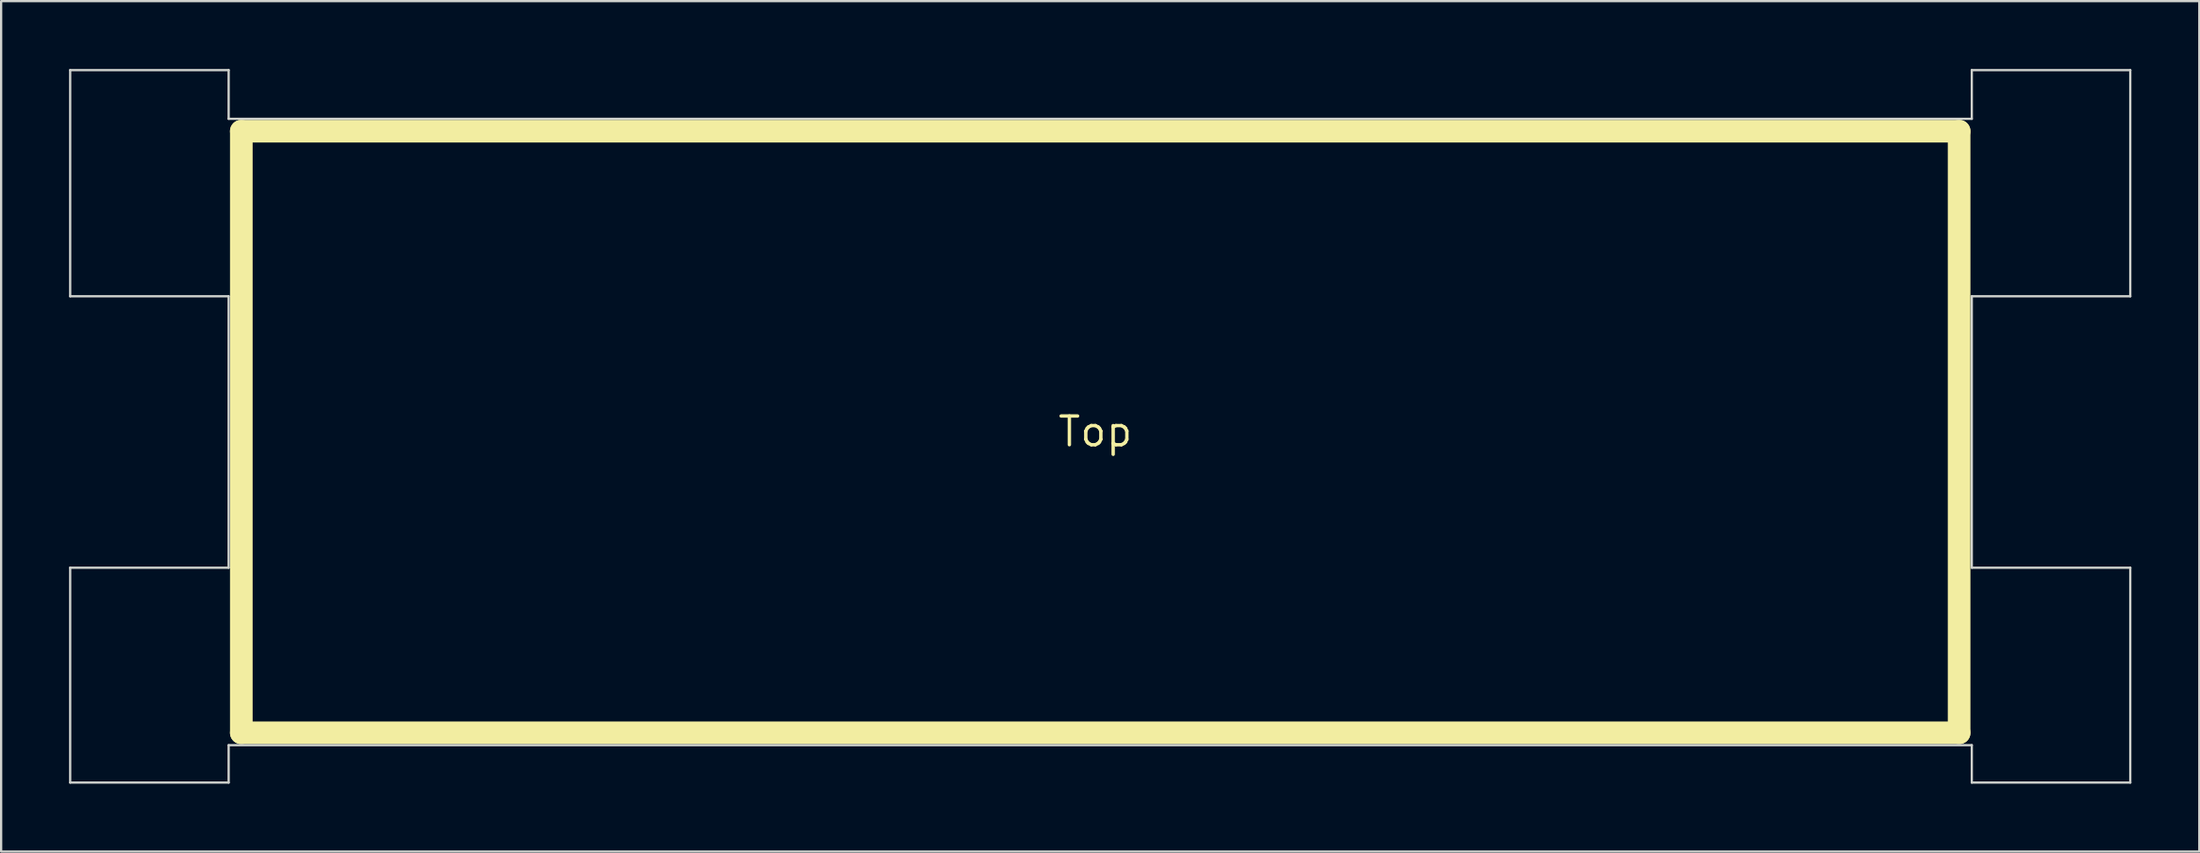
<source format=kicad_pcb>
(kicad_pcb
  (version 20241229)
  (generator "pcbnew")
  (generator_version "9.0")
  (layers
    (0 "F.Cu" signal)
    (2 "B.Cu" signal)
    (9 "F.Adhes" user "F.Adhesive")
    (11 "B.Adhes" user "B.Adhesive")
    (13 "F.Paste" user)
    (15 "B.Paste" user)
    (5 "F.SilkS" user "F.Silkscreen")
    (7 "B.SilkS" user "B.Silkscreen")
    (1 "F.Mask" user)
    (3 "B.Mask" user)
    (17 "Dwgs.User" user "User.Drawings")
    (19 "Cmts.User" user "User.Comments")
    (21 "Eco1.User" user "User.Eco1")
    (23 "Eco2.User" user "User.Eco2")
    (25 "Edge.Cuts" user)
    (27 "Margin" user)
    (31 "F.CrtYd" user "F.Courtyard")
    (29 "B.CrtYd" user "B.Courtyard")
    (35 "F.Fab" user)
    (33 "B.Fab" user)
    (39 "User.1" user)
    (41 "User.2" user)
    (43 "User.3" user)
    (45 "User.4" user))
  (footprint "Top"
    (layer "F.Cu")
    (at 45.55 16.05)
    (property "Reference" "Top" (at -0.214 -0.017 0) (layer "F.SilkS") (effects (font (size 1.27 1.27) (thickness 0.15))))
    (attr through_hole)
    (fp_poly (pts (xy 24.583 -9.266) (xy 24.576 -9.241) (xy 24.558 -9.177) (xy 24.53 -9.077) (xy 24.492 -8.942) (xy 24.444 -8.775) (xy 24.388 -8.578) (xy 24.323 -8.353) (xy 24.251 -8.102) (xy 24.172 -7.827) (xy 24.087 -7.53) (xy 23.996 -7.213) (xy 23.901 -6.879) (xy 23.8 -6.529) (xy 23.696 -6.165) (xy 23.588 -5.791) (xy 23.55 -5.657) (xy 22.526 -2.096) (xy 20.349 -2.096) (xy 20.361 -2.143) (xy 20.369 -2.168) (xy 20.387 -2.232) (xy 20.416 -2.332) (xy 20.455 -2.466) (xy 20.504 -2.633) (xy 20.562 -2.83) (xy 20.627 -3.055) (xy 20.701 -3.306) (xy 20.781 -3.581) (xy 20.868 -3.877) (xy 20.96 -4.193) (xy 21.058 -4.527) (xy 21.16 -4.877) (xy 21.267 -5.24) (xy 21.376 -5.614) (xy 21.417 -5.752) (xy 22.46 -9.313) (xy 24.592 -9.313) (xy 24.583 -9.266)) (stroke (width 0.01) (type solid)) (fill yes) (layer "F.Mask"))
    (fp_poly (pts (xy 6.813 2.239) (xy 7.019 2.24) (xy 7.197 2.24) (xy 7.35 2.241) (xy 7.478 2.242) (xy 7.584 2.244) (xy 7.67 2.246) (xy 7.738 2.248) (xy 7.79 2.251) (xy 7.828 2.254) (xy 7.854 2.257) (xy 7.871 2.261) (xy 7.879 2.265) (xy 7.882 2.27) (xy 7.882 2.273) (xy 7.873 2.301) (xy 7.854 2.364) (xy 7.824 2.46) (xy 7.786 2.582) (xy 7.741 2.728) (xy 7.69 2.892) (xy 7.634 3.071) (xy 7.599 3.183) (xy 7.326 4.056) (xy 6.35 4.056) (xy 5.374 4.057) (xy 5.274 4.401) (xy 5.255 4.467) (xy 5.225 4.57) (xy 5.185 4.709) (xy 5.137 4.878) (xy 5.08 5.077) (xy 5.016 5.301) (xy 4.945 5.547) (xy 4.869 5.812) (xy 4.789 6.094) (xy 4.704 6.389) (xy 4.617 6.694) (xy 4.528 7.006) (xy 4.503 7.094) (xy 3.832 9.444) (xy 2.781 9.449) (xy 1.73 9.454) (xy 1.747 9.396) (xy 1.755 9.369) (xy 1.773 9.303) (xy 1.802 9.202) (xy 1.841 9.067) (xy 1.888 8.902) (xy 1.943 8.709) (xy 2.006 8.489) (xy 2.075 8.246) (xy 2.151 7.982) (xy 2.231 7.7) (xy 2.316 7.402) (xy 2.405 7.09) (xy 2.498 6.768) (xy 2.51 6.724) (xy 2.602 6.4) (xy 2.692 6.088) (xy 2.777 5.79) (xy 2.858 5.507) (xy 2.934 5.243) (xy 3.003 4.999) (xy 3.066 4.779) (xy 3.122 4.585) (xy 3.17 4.419) (xy 3.209 4.283) (xy 3.238 4.18) (xy 3.258 4.113) (xy 3.267 4.084) (xy 3.267 4.083) (xy 3.261 4.077) (xy 3.237 4.071) (xy 3.191 4.067) (xy 3.121 4.063) (xy 3.023 4.061) (xy 2.895 4.059) (xy 2.734 4.058) (xy 2.536 4.057) (xy 2.301 4.057) (xy 2.102 4.056) (xy 1.917 4.056) (xy 1.75 4.056) (xy 1.604 4.055) (xy 1.485 4.054) (xy 1.396 4.053) (xy 1.341 4.052) (xy 1.325 4.051) (xy 1.331 4.03) (xy 1.347 3.972) (xy 1.373 3.882) (xy 1.407 3.764) (xy 1.448 3.622) (xy 1.496 3.46) (xy 1.547 3.282) (xy 1.587 3.146) (xy 1.849 2.247) (xy 4.87 2.241) (xy 5.288 2.241) (xy 5.666 2.24) (xy 6.005 2.24) (xy 6.308 2.239) (xy 6.576 2.239) (xy 6.813 2.239)) (stroke (width 0.01) (type solid)) (fill yes) (layer "F.Mask"))
    (fp_poly (pts (xy -2.183 -9.313) (xy -1.841 -9.313) (xy -1.513 -9.312) (xy -1.202 -9.312) (xy -0.91 -9.311) (xy -0.639 -9.31) (xy -0.391 -9.309) (xy -0.17 -9.307) (xy 0.023 -9.306) (xy 0.185 -9.304) (xy 0.315 -9.303) (xy 0.408 -9.301) (xy 0.464 -9.299) (xy 0.48 -9.297) (xy 0.474 -9.274) (xy 0.459 -9.215) (xy 0.435 -9.122) (xy 0.402 -9.002) (xy 0.363 -8.856) (xy 0.318 -8.691) (xy 0.268 -8.509) (xy 0.22 -8.335) (xy -0.04 -7.388) (xy -1.995 -7.387) (xy -2.024 -7.287) (xy -2.033 -7.254) (xy -2.054 -7.183) (xy -2.085 -7.077) (xy -2.125 -6.938) (xy -2.174 -6.768) (xy -2.232 -6.57) (xy -2.297 -6.347) (xy -2.368 -6.102) (xy -2.445 -5.836) (xy -2.528 -5.553) (xy -2.614 -5.255) (xy -2.705 -4.944) (xy -2.793 -4.641) (xy -3.533 -2.096) (xy -4.596 -2.096) (xy -4.862 -2.096) (xy -5.088 -2.097) (xy -5.273 -2.099) (xy -5.421 -2.101) (xy -5.532 -2.105) (xy -5.608 -2.109) (xy -5.65 -2.114) (xy -5.66 -2.118) (xy -5.654 -2.14) (xy -5.637 -2.199) (xy -5.61 -2.294) (xy -5.574 -2.42) (xy -5.53 -2.574) (xy -5.478 -2.755) (xy -5.419 -2.959) (xy -5.354 -3.183) (xy -5.285 -3.425) (xy -5.211 -3.68) (xy -5.134 -3.947) (xy -5.054 -4.222) (xy -4.973 -4.502) (xy -4.891 -4.785) (xy -4.809 -5.068) (xy -4.728 -5.347) (xy -4.649 -5.62) (xy -4.572 -5.883) (xy -4.499 -6.135) (xy -4.431 -6.371) (xy -4.367 -6.589) (xy -4.31 -6.786) (xy -4.259 -6.959) (xy -4.216 -7.106) (xy -4.182 -7.222) (xy -4.157 -7.306) (xy -4.144 -7.35) (xy -4.144 -7.359) (xy -4.15 -7.366) (xy -4.166 -7.372) (xy -4.196 -7.377) (xy -4.244 -7.38) (xy -4.312 -7.383) (xy -4.405 -7.385) (xy -4.526 -7.386) (xy -4.679 -7.387) (xy -4.866 -7.387) (xy -5.092 -7.387) (xy -5.109 -7.387) (xy -5.338 -7.387) (xy -5.528 -7.388) (xy -5.683 -7.388) (xy -5.806 -7.389) (xy -5.901 -7.391) (xy -5.971 -7.394) (xy -6.02 -7.398) (xy -6.051 -7.402) (xy -6.068 -7.408) (xy -6.075 -7.415) (xy -6.075 -7.424) (xy -6.075 -7.424) (xy -6.066 -7.452) (xy -6.049 -7.516) (xy -6.022 -7.61) (xy -5.989 -7.73) (xy -5.95 -7.869) (xy -5.908 -8.023) (xy -5.862 -8.187) (xy -5.816 -8.355) (xy -5.769 -8.522) (xy -5.725 -8.683) (xy -5.683 -8.833) (xy -5.647 -8.967) (xy -5.616 -9.078) (xy -5.593 -9.163) (xy -5.578 -9.216) (xy -5.576 -9.223) (xy -5.552 -9.313) (xy -2.537 -9.313) (xy -2.183 -9.313)) (stroke (width 0.01) (type solid)) (fill yes) (layer "F.Mask"))
    (fp_poly (pts (xy 16.984 -9.271) (xy 17.377 -9.271) (xy 17.73 -9.27) (xy 18.045 -9.27) (xy 18.324 -9.269) (xy 18.571 -9.268) (xy 18.786 -9.267) (xy 18.972 -9.266) (xy 19.131 -9.265) (xy 19.266 -9.263) (xy 19.378 -9.26) (xy 19.471 -9.258) (xy 19.545 -9.255) (xy 19.605 -9.251) (xy 19.65 -9.247) (xy 19.685 -9.243) (xy 19.707 -9.239) (xy 19.925 -9.172) (xy 20.134 -9.068) (xy 20.331 -8.93) (xy 20.509 -8.765) (xy 20.665 -8.575) (xy 20.793 -8.367) (xy 20.888 -8.144) (xy 20.901 -8.104) (xy 20.947 -7.903) (xy 20.971 -7.68) (xy 20.973 -7.45) (xy 20.951 -7.229) (xy 20.928 -7.108) (xy 20.92 -7.078) (xy 20.901 -7.01) (xy 20.871 -6.907) (xy 20.832 -6.77) (xy 20.784 -6.604) (xy 20.728 -6.409) (xy 20.664 -6.189) (xy 20.594 -5.947) (xy 20.518 -5.684) (xy 20.437 -5.404) (xy 20.352 -5.11) (xy 20.263 -4.802) (xy 20.193 -4.563) (xy 19.477 -2.096) (xy 18.413 -2.096) (xy 18.166 -2.096) (xy 17.947 -2.097) (xy 17.759 -2.099) (xy 17.604 -2.102) (xy 17.484 -2.105) (xy 17.4 -2.109) (xy 17.356 -2.113) (xy 17.348 -2.116) (xy 17.354 -2.137) (xy 17.371 -2.197) (xy 17.398 -2.291) (xy 17.434 -2.417) (xy 17.479 -2.572) (xy 17.531 -2.754) (xy 17.59 -2.959) (xy 17.655 -3.185) (xy 17.726 -3.428) (xy 17.8 -3.686) (xy 17.878 -3.956) (xy 17.959 -4.235) (xy 18.042 -4.52) (xy 18.125 -4.808) (xy 18.209 -5.097) (xy 18.292 -5.383) (xy 18.373 -5.664) (xy 18.453 -5.936) (xy 18.528 -6.198) (xy 18.6 -6.445) (xy 18.668 -6.676) (xy 18.729 -6.887) (xy 18.784 -7.075) (xy 18.832 -7.238) (xy 18.864 -7.35) (xy 18.865 -7.36) (xy 18.859 -7.367) (xy 18.842 -7.373) (xy 18.812 -7.377) (xy 18.763 -7.381) (xy 18.692 -7.383) (xy 18.596 -7.384) (xy 18.471 -7.384) (xy 18.313 -7.384) (xy 18.118 -7.383) (xy 17.993 -7.382) (xy 17.111 -7.377) (xy 15.577 -2.106) (xy 14.506 -2.101) (xy 13.435 -2.095) (xy 13.464 -2.196) (xy 13.473 -2.228) (xy 13.494 -2.299) (xy 13.525 -2.405) (xy 13.565 -2.545) (xy 13.614 -2.715) (xy 13.671 -2.913) (xy 13.736 -3.138) (xy 13.808 -3.386) (xy 13.885 -3.654) (xy 13.968 -3.941) (xy 14.056 -4.244) (xy 14.147 -4.561) (xy 14.242 -4.888) (xy 14.277 -5.01) (xy 15.061 -7.723) (xy 14.975 -7.92) (xy 14.941 -7.999) (xy 14.895 -8.109) (xy 14.84 -8.239) (xy 14.781 -8.381) (xy 14.721 -8.527) (xy 14.702 -8.573) (xy 14.645 -8.71) (xy 14.591 -8.843) (xy 14.541 -8.962) (xy 14.499 -9.06) (xy 14.47 -9.13) (xy 14.461 -9.149) (xy 14.407 -9.271) (xy 16.984 -9.271)) (stroke (width 0.01) (type solid)) (fill yes) (layer "F.Mask"))
    (fp_poly (pts (xy 5.018 -9.31) (xy 5.222 -9.31) (xy 5.398 -9.309) (xy 5.547 -9.308) (xy 5.674 -9.306) (xy 5.779 -9.304) (xy 5.865 -9.302) (xy 5.935 -9.299) (xy 5.991 -9.296) (xy 6.035 -9.292) (xy 6.069 -9.287) (xy 6.097 -9.282) (xy 6.099 -9.282) (xy 6.317 -9.213) (xy 6.527 -9.108) (xy 6.723 -8.97) (xy 6.9 -8.805) (xy 7.05 -8.619) (xy 7.158 -8.433) (xy 7.264 -8.172) (xy 7.335 -7.893) (xy 7.369 -7.606) (xy 7.366 -7.32) (xy 7.36 -7.258) (xy 7.346 -7.175) (xy 7.321 -7.058) (xy 7.287 -6.917) (xy 7.245 -6.758) (xy 7.199 -6.59) (xy 7.15 -6.419) (xy 7.1 -6.254) (xy 7.052 -6.101) (xy 7.007 -5.969) (xy 6.968 -5.865) (xy 6.961 -5.849) (xy 6.855 -5.64) (xy 6.722 -5.449) (xy 6.566 -5.279) (xy 6.394 -5.137) (xy 6.209 -5.025) (xy 6.018 -4.949) (xy 5.924 -4.926) (xy 5.855 -4.91) (xy 5.808 -4.893) (xy 5.791 -4.879) (xy 5.797 -4.856) (xy 5.814 -4.795) (xy 5.841 -4.701) (xy 5.877 -4.576) (xy 5.921 -4.424) (xy 5.972 -4.248) (xy 6.029 -4.053) (xy 6.091 -3.84) (xy 6.157 -3.614) (xy 6.19 -3.503) (xy 6.588 -2.148) (xy 5.539 -2.143) (xy 5.332 -2.142) (xy 5.137 -2.141) (xy 4.96 -2.141) (xy 4.803 -2.141) (xy 4.671 -2.142) (xy 4.569 -2.143) (xy 4.5 -2.144) (xy 4.469 -2.146) (xy 4.468 -2.146) (xy 4.458 -2.167) (xy 4.438 -2.226) (xy 4.408 -2.318) (xy 4.369 -2.441) (xy 4.323 -2.592) (xy 4.27 -2.766) (xy 4.211 -2.961) (xy 4.147 -3.173) (xy 4.081 -3.399) (xy 4.044 -3.522) (xy 3.643 -4.889) (xy 3.169 -4.89) (xy 3.126 -4.747) (xy 3.112 -4.701) (xy 3.087 -4.619) (xy 3.052 -4.504) (xy 3.009 -4.361) (xy 2.958 -4.193) (xy 2.901 -4.004) (xy 2.839 -3.8) (xy 2.773 -3.582) (xy 2.704 -3.357) (xy 2.704 -3.355) (xy 2.325 -2.106) (xy 1.253 -2.101) (xy 1.045 -2.1) (xy 0.85 -2.099) (xy 0.672 -2.099) (xy 0.516 -2.098) (xy 0.385 -2.098) (xy 0.283 -2.099) (xy 0.215 -2.099) (xy 0.184 -2.1) (xy 0.183 -2.101) (xy 0.189 -2.121) (xy 0.206 -2.18) (xy 0.233 -2.274) (xy 0.27 -2.401) (xy 0.316 -2.558) (xy 0.37 -2.742) (xy 0.431 -2.952) (xy 0.499 -3.184) (xy 0.573 -3.436) (xy 0.651 -3.705) (xy 0.734 -3.988) (xy 0.821 -4.283) (xy 0.834 -4.329) (xy 1.485 -6.551) (xy 5.024 -6.562) (xy 5.256 -7.377) (xy 3.533 -7.387) (xy 1.809 -7.398) (xy 1.423 -8.35) (xy 1.037 -9.303) (xy 3.493 -9.309) (xy 3.874 -9.309) (xy 4.214 -9.31) (xy 4.516 -9.31) (xy 4.784 -9.311) (xy 5.018 -9.31)) (stroke (width 0.01) (type solid)) (fill yes) (layer "F.Mask"))
    (fp_poly (pts (xy -22.076 -9.313) (xy -21.881 -9.313) (xy -21.704 -9.313) (xy -21.548 -9.312) (xy -21.418 -9.311) (xy -21.317 -9.31) (xy -21.249 -9.309) (xy -21.219 -9.308) (xy -21.218 -9.308) (xy -21.224 -9.287) (xy -21.241 -9.229) (xy -21.268 -9.134) (xy -21.305 -9.006) (xy -21.352 -8.847) (xy -21.406 -8.659) (xy -21.468 -8.445) (xy -21.538 -8.207) (xy -21.613 -7.947) (xy -21.694 -7.669) (xy -21.78 -7.373) (xy -21.87 -7.064) (xy -21.964 -6.742) (xy -21.986 -6.668) (xy -22.753 -4.032) (xy -21.412 -4.027) (xy -21.141 -4.026) (xy -20.909 -4.025) (xy -20.713 -4.023) (xy -20.55 -4.022) (xy -20.417 -4.02) (xy -20.312 -4.018) (xy -20.231 -4.015) (xy -20.171 -4.012) (xy -20.129 -4.008) (xy -20.102 -4.004) (xy -20.088 -3.998) (xy -20.082 -3.992) (xy -20.083 -3.985) (xy -20.093 -3.95) (xy -20.112 -3.882) (xy -20.139 -3.785) (xy -20.173 -3.663) (xy -20.213 -3.522) (xy -20.256 -3.366) (xy -20.301 -3.201) (xy -20.348 -3.032) (xy -20.395 -2.863) (xy -20.441 -2.699) (xy -20.483 -2.546) (xy -20.521 -2.407) (xy -20.553 -2.289) (xy -20.579 -2.197) (xy -20.596 -2.134) (xy -20.603 -2.106) (xy -20.603 -2.105) (xy -20.624 -2.104) (xy -20.685 -2.102) (xy -20.782 -2.101) (xy -20.914 -2.1) (xy -21.078 -2.099) (xy -21.27 -2.098) (xy -21.49 -2.098) (xy -21.733 -2.097) (xy -21.997 -2.096) (xy -22.28 -2.096) (xy -22.579 -2.096) (xy -22.891 -2.096) (xy -23.04 -2.096) (xy -23.421 -2.096) (xy -23.762 -2.096) (xy -24.065 -2.096) (xy -24.332 -2.097) (xy -24.564 -2.098) (xy -24.765 -2.099) (xy -24.935 -2.1) (xy -25.078 -2.102) (xy -25.194 -2.104) (xy -25.287 -2.106) (xy -25.358 -2.109) (xy -25.409 -2.112) (xy -25.443 -2.115) (xy -25.461 -2.119) (xy -25.466 -2.123) (xy -25.466 -2.124) (xy -25.459 -2.147) (xy -25.44 -2.208) (xy -25.411 -2.306) (xy -25.372 -2.438) (xy -25.324 -2.603) (xy -25.266 -2.798) (xy -25.201 -3.021) (xy -25.128 -3.27) (xy -25.047 -3.543) (xy -24.961 -3.839) (xy -24.868 -4.153) (xy -24.771 -4.486) (xy -24.669 -4.834) (xy -24.563 -5.196) (xy -24.453 -5.57) (xy -24.415 -5.701) (xy -24.304 -6.078) (xy -24.197 -6.444) (xy -24.093 -6.798) (xy -23.994 -7.136) (xy -23.9 -7.458) (xy -23.811 -7.76) (xy -23.728 -8.041) (xy -23.653 -8.299) (xy -23.584 -8.532) (xy -23.524 -8.737) (xy -23.472 -8.912) (xy -23.43 -9.056) (xy -23.397 -9.167) (xy -23.375 -9.242) (xy -23.364 -9.278) (xy -23.363 -9.282) (xy -23.356 -9.289) (xy -23.338 -9.295) (xy -23.306 -9.3) (xy -23.257 -9.304) (xy -23.188 -9.307) (xy -23.095 -9.31) (xy -22.974 -9.311) (xy -22.823 -9.312) (xy -22.638 -9.313) (xy -22.416 -9.313) (xy -22.284 -9.313) (xy -22.076 -9.313)) (stroke (width 0.01) (type solid)) (fill yes) (layer "F.Mask"))
    (fp_poly (pts (xy -15.049 -9.313) (xy -14.641 -9.313) (xy -14.27 -9.313) (xy -13.937 -9.313) (xy -13.638 -9.313) (xy -13.372 -9.312) (xy -13.137 -9.312) (xy -12.931 -9.311) (xy -12.752 -9.31) (xy -12.599 -9.309) (xy -12.469 -9.307) (xy -12.361 -9.306) (xy -12.272 -9.304) (xy -12.201 -9.302) (xy -12.145 -9.299) (xy -12.104 -9.296) (xy -12.074 -9.293) (xy -12.055 -9.29) (xy -12.044 -9.286) (xy -12.04 -9.281) (xy -12.04 -9.276) (xy -12.04 -9.276) (xy -12.048 -9.249) (xy -12.067 -9.185) (xy -12.096 -9.089) (xy -12.132 -8.966) (xy -12.176 -8.821) (xy -12.225 -8.656) (xy -12.278 -8.478) (xy -12.306 -8.382) (xy -12.362 -8.197) (xy -12.414 -8.022) (xy -12.461 -7.862) (xy -12.503 -7.723) (xy -12.538 -7.607) (xy -12.564 -7.521) (xy -12.58 -7.468) (xy -12.584 -7.456) (xy -12.606 -7.387) (xy -16.305 -7.387) (xy -16.327 -7.308) (xy -16.34 -7.26) (xy -16.362 -7.181) (xy -16.39 -7.079) (xy -16.423 -6.964) (xy -16.44 -6.9) (xy -16.532 -6.572) (xy -14.947 -6.567) (xy -14.639 -6.566) (xy -14.371 -6.564) (xy -14.14 -6.563) (xy -13.945 -6.561) (xy -13.783 -6.559) (xy -13.652 -6.556) (xy -13.549 -6.554) (xy -13.471 -6.55) (xy -13.417 -6.547) (xy -13.385 -6.542) (xy -13.371 -6.537) (xy -13.371 -6.535) (xy -13.378 -6.51) (xy -13.397 -6.448) (xy -13.424 -6.354) (xy -13.459 -6.234) (xy -13.501 -6.09) (xy -13.549 -5.928) (xy -13.6 -5.752) (xy -13.621 -5.678) (xy -13.862 -4.848) (xy -17.037 -4.847) (xy -17.138 -4.482) (xy -17.172 -4.361) (xy -17.202 -4.251) (xy -17.227 -4.161) (xy -17.244 -4.097) (xy -17.252 -4.069) (xy -17.264 -4.022) (xy -15.725 -4.017) (xy -14.187 -4.011) (xy -13.791 -3.08) (xy -13.711 -2.892) (xy -13.636 -2.716) (xy -13.567 -2.556) (xy -13.506 -2.415) (xy -13.456 -2.297) (xy -13.416 -2.206) (xy -13.39 -2.147) (xy -13.378 -2.122) (xy -13.378 -2.122) (xy -13.383 -2.118) (xy -13.405 -2.115) (xy -13.444 -2.112) (xy -13.503 -2.109) (xy -13.582 -2.107) (xy -13.685 -2.105) (xy -13.812 -2.103) (xy -13.965 -2.101) (xy -14.146 -2.1) (xy -14.356 -2.099) (xy -14.598 -2.098) (xy -14.872 -2.097) (xy -15.181 -2.096) (xy -15.526 -2.096) (xy -15.908 -2.096) (xy -16.33 -2.096) (xy -16.674 -2.096) (xy -19.987 -2.096) (xy -19.958 -2.185) (xy -19.948 -2.216) (xy -19.927 -2.286) (xy -19.896 -2.39) (xy -19.855 -2.529) (xy -19.806 -2.698) (xy -19.747 -2.895) (xy -19.681 -3.118) (xy -19.609 -3.365) (xy -19.53 -3.633) (xy -19.446 -3.92) (xy -19.357 -4.223) (xy -19.264 -4.539) (xy -19.167 -4.867) (xy -19.122 -5.021) (xy -18.317 -7.766) (xy -18.573 -8.376) (xy -18.64 -8.535) (xy -18.706 -8.69) (xy -18.766 -8.834) (xy -18.82 -8.961) (xy -18.863 -9.063) (xy -18.893 -9.135) (xy -18.899 -9.149) (xy -18.969 -9.313) (xy -15.499 -9.313) (xy -15.049 -9.313)) (stroke (width 0.01) (type solid)) (fill yes) (layer "F.Mask"))
    (fp_poly (pts (xy -9.933 2.196) (xy -9.657 2.197) (xy -9.344 2.198) (xy -9.078 2.199) (xy -7.152 2.204) (xy -7.414 3.131) (xy -7.677 4.057) (xy -9.06 4.057) (xy -9.347 4.057) (xy -9.594 4.057) (xy -9.804 4.058) (xy -9.979 4.059) (xy -10.121 4.061) (xy -10.234 4.064) (xy -10.32 4.067) (xy -10.381 4.07) (xy -10.421 4.074) (xy -10.44 4.079) (xy -10.444 4.083) (xy -10.45 4.107) (xy -10.466 4.168) (xy -10.493 4.265) (xy -10.53 4.392) (xy -10.574 4.549) (xy -10.626 4.731) (xy -10.685 4.935) (xy -10.75 5.16) (xy -10.82 5.401) (xy -10.894 5.655) (xy -10.949 5.845) (xy -11.454 7.581) (xy -9.97 7.591) (xy -8.487 7.602) (xy -8.228 8.512) (xy -8.174 8.701) (xy -8.124 8.877) (xy -8.079 9.037) (xy -8.04 9.175) (xy -8.009 9.289) (xy -7.985 9.373) (xy -7.971 9.424) (xy -7.968 9.438) (xy -7.989 9.44) (xy -8.049 9.443) (xy -8.145 9.444) (xy -8.276 9.446) (xy -8.437 9.448) (xy -8.627 9.449) (xy -8.841 9.451) (xy -9.079 9.451) (xy -9.335 9.452) (xy -9.608 9.453) (xy -9.896 9.453) (xy -10.057 9.453) (xy -10.411 9.452) (xy -10.724 9.452) (xy -11 9.451) (xy -11.241 9.45) (xy -11.45 9.449) (xy -11.628 9.448) (xy -11.779 9.446) (xy -11.904 9.444) (xy -12.007 9.441) (xy -12.089 9.438) (xy -12.153 9.435) (xy -12.202 9.431) (xy -12.238 9.426) (xy -12.264 9.421) (xy -12.264 9.421) (xy -12.393 9.377) (xy -12.537 9.312) (xy -12.679 9.235) (xy -12.806 9.152) (xy -12.846 9.121) (xy -13.021 8.953) (xy -13.173 8.751) (xy -13.299 8.52) (xy -13.397 8.264) (xy -13.399 8.257) (xy -13.421 8.181) (xy -13.437 8.115) (xy -13.447 8.048) (xy -13.454 7.971) (xy -13.457 7.872) (xy -13.458 7.743) (xy -13.458 7.718) (xy -13.459 7.588) (xy -13.457 7.488) (xy -13.452 7.409) (xy -13.443 7.338) (xy -13.428 7.265) (xy -13.405 7.179) (xy -13.379 7.083) (xy -13.36 7.019) (xy -13.332 6.918) (xy -13.293 6.783) (xy -13.246 6.619) (xy -13.192 6.428) (xy -13.131 6.214) (xy -13.065 5.981) (xy -12.994 5.732) (xy -12.92 5.471) (xy -12.843 5.202) (xy -12.792 5.024) (xy -12.692 4.673) (xy -12.603 4.362) (xy -12.524 4.089) (xy -12.454 3.852) (xy -12.394 3.649) (xy -12.343 3.48) (xy -12.3 3.343) (xy -12.265 3.236) (xy -12.237 3.158) (xy -12.216 3.106) (xy -12.212 3.098) (xy -12.077 2.869) (xy -11.912 2.667) (xy -11.722 2.496) (xy -11.508 2.359) (xy -11.476 2.343) (xy -11.427 2.318) (xy -11.383 2.296) (xy -11.34 2.277) (xy -11.296 2.261) (xy -11.248 2.246) (xy -11.193 2.234) (xy -11.128 2.224) (xy -11.051 2.216) (xy -10.959 2.21) (xy -10.849 2.205) (xy -10.719 2.201) (xy -10.565 2.198) (xy -10.384 2.197) (xy -10.175 2.196) (xy -9.933 2.196)) (stroke (width 0.01) (type solid)) (fill yes) (layer "F.Mask"))
    (fp_poly (pts (xy -6.475 -9.266) (xy -6.484 -9.236) (xy -6.503 -9.17) (xy -6.532 -9.072) (xy -6.569 -8.947) (xy -6.613 -8.798) (xy -6.663 -8.631) (xy -6.717 -8.449) (xy -6.759 -8.308) (xy -7.031 -7.398) (xy -9.717 -7.387) (xy -10.189 -5.741) (xy -10.263 -5.485) (xy -10.333 -5.241) (xy -10.399 -5.011) (xy -10.46 -4.798) (xy -10.515 -4.606) (xy -10.563 -4.438) (xy -10.604 -4.296) (xy -10.636 -4.185) (xy -10.658 -4.107) (xy -10.67 -4.065) (xy -10.671 -4.059) (xy -10.672 -4.052) (xy -10.666 -4.045) (xy -10.652 -4.04) (xy -10.626 -4.036) (xy -10.585 -4.032) (xy -10.527 -4.029) (xy -10.449 -4.027) (xy -10.347 -4.025) (xy -10.22 -4.024) (xy -10.063 -4.023) (xy -9.874 -4.022) (xy -9.651 -4.022) (xy -9.389 -4.022) (xy -9.224 -4.022) (xy -7.766 -4.021) (xy -7.485 -3.074) (xy -7.428 -2.882) (xy -7.374 -2.702) (xy -7.326 -2.539) (xy -7.285 -2.396) (xy -7.25 -2.278) (xy -7.225 -2.188) (xy -7.209 -2.131) (xy -7.204 -2.111) (xy -7.225 -2.109) (xy -7.285 -2.107) (xy -7.382 -2.105) (xy -7.513 -2.103) (xy -7.674 -2.102) (xy -7.864 -2.1) (xy -8.079 -2.099) (xy -8.316 -2.098) (xy -8.573 -2.098) (xy -8.846 -2.097) (xy -9.134 -2.097) (xy -9.295 -2.097) (xy -9.649 -2.098) (xy -9.962 -2.098) (xy -10.239 -2.099) (xy -10.48 -2.1) (xy -10.689 -2.101) (xy -10.867 -2.103) (xy -11.019 -2.104) (xy -11.145 -2.107) (xy -11.248 -2.109) (xy -11.331 -2.112) (xy -11.397 -2.116) (xy -11.447 -2.12) (xy -11.485 -2.124) (xy -11.512 -2.13) (xy -11.512 -2.13) (xy -11.705 -2.195) (xy -11.9 -2.294) (xy -12.086 -2.421) (xy -12.256 -2.57) (xy -12.375 -2.705) (xy -12.471 -2.847) (xy -12.562 -3.016) (xy -12.638 -3.196) (xy -12.689 -3.355) (xy -12.713 -3.475) (xy -12.732 -3.623) (xy -12.744 -3.787) (xy -12.749 -3.953) (xy -12.746 -4.107) (xy -12.735 -4.237) (xy -12.731 -4.268) (xy -12.72 -4.316) (xy -12.698 -4.402) (xy -12.666 -4.52) (xy -12.626 -4.668) (xy -12.578 -4.842) (xy -12.523 -5.039) (xy -12.462 -5.254) (xy -12.397 -5.484) (xy -12.328 -5.726) (xy -12.256 -5.976) (xy -12.183 -6.231) (xy -12.109 -6.486) (xy -12.036 -6.739) (xy -11.964 -6.985) (xy -11.895 -7.221) (xy -11.83 -7.444) (xy -11.769 -7.65) (xy -11.713 -7.835) (xy -11.665 -7.996) (xy -11.624 -8.129) (xy -11.592 -8.231) (xy -11.57 -8.297) (xy -11.562 -8.319) (xy -11.487 -8.478) (xy -11.402 -8.616) (xy -11.299 -8.748) (xy -11.175 -8.88) (xy -10.983 -9.044) (xy -10.774 -9.169) (xy -10.546 -9.257) (xy -10.494 -9.272) (xy -10.465 -9.279) (xy -10.434 -9.285) (xy -10.4 -9.291) (xy -10.359 -9.295) (xy -10.309 -9.299) (xy -10.246 -9.303) (xy -10.169 -9.305) (xy -10.073 -9.308) (xy -9.957 -9.309) (xy -9.818 -9.311) (xy -9.653 -9.312) (xy -9.458 -9.313) (xy -9.232 -9.313) (xy -8.972 -9.313) (xy -8.674 -9.313) (xy -8.397 -9.313) (xy -6.463 -9.313) (xy -6.475 -9.266)) (stroke (width 0.01) (type solid)) (fill yes) (layer "F.Mask"))
    (fp_poly (pts (xy 30.396 -9.263) (xy 30.388 -9.233) (xy 30.368 -9.166) (xy 30.339 -9.068) (xy 30.302 -8.942) (xy 30.258 -8.793) (xy 30.208 -8.625) (xy 30.154 -8.443) (xy 30.113 -8.305) (xy 29.841 -7.398) (xy 27.156 -7.387) (xy 26.683 -5.741) (xy 26.61 -5.485) (xy 26.54 -5.241) (xy 26.474 -5.011) (xy 26.413 -4.798) (xy 26.358 -4.606) (xy 26.309 -4.438) (xy 26.269 -4.296) (xy 26.237 -4.185) (xy 26.215 -4.107) (xy 26.203 -4.065) (xy 26.201 -4.059) (xy 26.201 -4.052) (xy 26.207 -4.045) (xy 26.221 -4.04) (xy 26.247 -4.036) (xy 26.287 -4.032) (xy 26.345 -4.029) (xy 26.424 -4.027) (xy 26.525 -4.025) (xy 26.653 -4.024) (xy 26.809 -4.023) (xy 26.998 -4.022) (xy 27.221 -4.022) (xy 27.483 -4.022) (xy 27.649 -4.022) (xy 29.106 -4.022) (xy 29.388 -3.074) (xy 29.445 -2.882) (xy 29.498 -2.702) (xy 29.546 -2.539) (xy 29.588 -2.396) (xy 29.622 -2.278) (xy 29.648 -2.188) (xy 29.663 -2.131) (xy 29.668 -2.111) (xy 29.647 -2.109) (xy 29.587 -2.107) (xy 29.49 -2.105) (xy 29.36 -2.103) (xy 29.198 -2.102) (xy 29.008 -2.1) (xy 28.793 -2.099) (xy 28.556 -2.098) (xy 28.299 -2.098) (xy 28.026 -2.097) (xy 27.739 -2.097) (xy 27.577 -2.097) (xy 27.223 -2.098) (xy 26.91 -2.098) (xy 26.633 -2.099) (xy 26.392 -2.1) (xy 26.183 -2.101) (xy 26.004 -2.103) (xy 25.852 -2.104) (xy 25.726 -2.107) (xy 25.623 -2.109) (xy 25.539 -2.112) (xy 25.474 -2.116) (xy 25.424 -2.12) (xy 25.386 -2.125) (xy 25.36 -2.13) (xy 25.174 -2.192) (xy 24.984 -2.288) (xy 24.8 -2.411) (xy 24.633 -2.555) (xy 24.497 -2.705) (xy 24.401 -2.847) (xy 24.311 -3.016) (xy 24.234 -3.196) (xy 24.183 -3.355) (xy 24.159 -3.474) (xy 24.141 -3.621) (xy 24.129 -3.783) (xy 24.124 -3.948) (xy 24.126 -4.101) (xy 24.136 -4.23) (xy 24.141 -4.266) (xy 24.151 -4.307) (xy 24.171 -4.385) (xy 24.202 -4.498) (xy 24.241 -4.642) (xy 24.289 -4.815) (xy 24.344 -5.013) (xy 24.406 -5.233) (xy 24.474 -5.471) (xy 24.546 -5.726) (xy 24.622 -5.993) (xy 24.702 -6.27) (xy 24.714 -6.313) (xy 24.812 -6.655) (xy 24.9 -6.958) (xy 24.978 -7.226) (xy 25.047 -7.461) (xy 25.108 -7.666) (xy 25.161 -7.843) (xy 25.209 -7.995) (xy 25.251 -8.124) (xy 25.289 -8.234) (xy 25.323 -8.326) (xy 25.355 -8.404) (xy 25.384 -8.47) (xy 25.413 -8.526) (xy 25.442 -8.576) (xy 25.472 -8.621) (xy 25.503 -8.665) (xy 25.528 -8.698) (xy 25.695 -8.883) (xy 25.886 -9.04) (xy 26.095 -9.165) (xy 26.316 -9.254) (xy 26.377 -9.271) (xy 26.407 -9.279) (xy 26.437 -9.285) (xy 26.471 -9.29) (xy 26.511 -9.295) (xy 26.561 -9.299) (xy 26.623 -9.303) (xy 26.7 -9.305) (xy 26.794 -9.308) (xy 26.909 -9.309) (xy 27.047 -9.311) (xy 27.211 -9.312) (xy 27.403 -9.313) (xy 27.627 -9.313) (xy 27.886 -9.313) (xy 28.181 -9.313) (xy 28.475 -9.313) (xy 30.409 -9.313) (xy 30.396 -9.263)) (stroke (width 0.01) (type solid)) (fill yes) (layer "F.Mask"))
    (fp_poly (pts (xy -27.892 -9.313) (xy -27.484 -9.313) (xy -27.114 -9.313) (xy -26.781 -9.313) (xy -26.482 -9.313) (xy -26.217 -9.312) (xy -25.982 -9.312) (xy -25.776 -9.311) (xy -25.598 -9.31) (xy -25.445 -9.309) (xy -25.315 -9.307) (xy -25.207 -9.306) (xy -25.118 -9.304) (xy -25.048 -9.302) (xy -24.992 -9.299) (xy -24.951 -9.296) (xy -24.922 -9.293) (xy -24.903 -9.289) (xy -24.892 -9.286) (xy -24.887 -9.281) (xy -24.887 -9.276) (xy -24.887 -9.276) (xy -24.896 -9.249) (xy -24.915 -9.185) (xy -24.943 -9.089) (xy -24.979 -8.967) (xy -25.022 -8.822) (xy -25.071 -8.659) (xy -25.123 -8.482) (xy -25.144 -8.414) (xy -25.198 -8.23) (xy -25.25 -8.056) (xy -25.298 -7.896) (xy -25.34 -7.755) (xy -25.375 -7.638) (xy -25.402 -7.55) (xy -25.419 -7.497) (xy -25.421 -7.488) (xy -25.454 -7.387) (xy -29.149 -7.387) (xy -29.265 -6.98) (xy -29.381 -6.572) (xy -27.795 -6.567) (xy -27.487 -6.566) (xy -27.219 -6.564) (xy -26.988 -6.563) (xy -26.793 -6.561) (xy -26.631 -6.559) (xy -26.5 -6.556) (xy -26.396 -6.554) (xy -26.319 -6.55) (xy -26.265 -6.547) (xy -26.233 -6.542) (xy -26.219 -6.537) (xy -26.218 -6.535) (xy -26.226 -6.51) (xy -26.244 -6.448) (xy -26.272 -6.354) (xy -26.307 -6.234) (xy -26.349 -6.09) (xy -26.396 -5.928) (xy -26.447 -5.751) (xy -26.469 -5.678) (xy -26.709 -4.847) (xy -29.843 -4.847) (xy -29.944 -4.482) (xy -29.978 -4.361) (xy -30.008 -4.251) (xy -30.033 -4.161) (xy -30.05 -4.097) (xy -30.058 -4.069) (xy -30.07 -4.022) (xy -28.531 -4.017) (xy -26.993 -4.011) (xy -26.597 -3.08) (xy -26.517 -2.892) (xy -26.442 -2.716) (xy -26.373 -2.556) (xy -26.312 -2.415) (xy -26.261 -2.297) (xy -26.222 -2.206) (xy -26.196 -2.147) (xy -26.184 -2.122) (xy -26.184 -2.122) (xy -26.189 -2.118) (xy -26.211 -2.115) (xy -26.25 -2.112) (xy -26.308 -2.109) (xy -26.388 -2.107) (xy -26.491 -2.105) (xy -26.618 -2.103) (xy -26.771 -2.101) (xy -26.951 -2.1) (xy -27.162 -2.099) (xy -27.403 -2.098) (xy -27.677 -2.097) (xy -27.985 -2.096) (xy -28.33 -2.096) (xy -28.712 -2.096) (xy -29.134 -2.096) (xy -29.492 -2.096) (xy -29.991 -2.096) (xy -30.448 -2.096) (xy -30.863 -2.097) (xy -31.237 -2.098) (xy -31.571 -2.099) (xy -31.864 -2.1) (xy -32.117 -2.102) (xy -32.33 -2.104) (xy -32.504 -2.106) (xy -32.639 -2.108) (xy -32.736 -2.111) (xy -32.795 -2.114) (xy -32.817 -2.117) (xy -32.817 -2.117) (xy -32.811 -2.14) (xy -32.794 -2.201) (xy -32.766 -2.297) (xy -32.728 -2.428) (xy -32.681 -2.589) (xy -32.626 -2.78) (xy -32.563 -2.997) (xy -32.492 -3.239) (xy -32.415 -3.502) (xy -32.332 -3.785) (xy -32.244 -4.086) (xy -32.152 -4.401) (xy -32.056 -4.729) (xy -31.99 -4.953) (xy -31.163 -7.766) (xy -31.337 -8.175) (xy -31.417 -8.363) (xy -31.494 -8.545) (xy -31.566 -8.717) (xy -31.631 -8.873) (xy -31.688 -9.011) (xy -31.734 -9.124) (xy -31.769 -9.21) (xy -31.79 -9.263) (xy -31.794 -9.276) (xy -31.794 -9.281) (xy -31.79 -9.285) (xy -31.779 -9.289) (xy -31.76 -9.293) (xy -31.731 -9.296) (xy -31.69 -9.299) (xy -31.635 -9.302) (xy -31.564 -9.304) (xy -31.476 -9.306) (xy -31.368 -9.307) (xy -31.239 -9.309) (xy -31.086 -9.31) (xy -30.908 -9.311) (xy -30.703 -9.312) (xy -30.469 -9.312) (xy -30.203 -9.313) (xy -29.905 -9.313) (xy -29.573 -9.313) (xy -29.203 -9.313) (xy -28.796 -9.313) (xy -28.347 -9.313) (xy -28.341 -9.313) (xy -27.892 -9.313)) (stroke (width 0.01) (type solid)) (fill yes) (layer "F.Mask"))
    (fp_poly (pts (xy -2.952 2.236) (xy -2.607 2.236) (xy -2.3 2.237) (xy -2.028 2.237) (xy -1.789 2.237) (xy -1.581 2.238) (xy -1.401 2.239) (xy -1.246 2.24) (xy -1.116 2.242) (xy -1.006 2.243) (xy -0.915 2.246) (xy -0.84 2.248) (xy -0.78 2.251) (xy -0.731 2.255) (xy -0.691 2.259) (xy -0.659 2.264) (xy -0.631 2.269) (xy -0.605 2.275) (xy -0.593 2.278) (xy -0.367 2.357) (xy -0.155 2.474) (xy 0.041 2.623) (xy 0.215 2.803) (xy 0.365 3.008) (xy 0.486 3.234) (xy 0.574 3.478) (xy 0.576 3.486) (xy 0.596 3.589) (xy 0.609 3.721) (xy 0.615 3.871) (xy 0.613 4.027) (xy 0.605 4.177) (xy 0.59 4.308) (xy 0.579 4.369) (xy 0.568 4.409) (xy 0.547 4.487) (xy 0.515 4.6) (xy 0.474 4.745) (xy 0.424 4.921) (xy 0.366 5.124) (xy 0.301 5.351) (xy 0.23 5.601) (xy 0.152 5.869) (xy 0.07 6.154) (xy -0.016 6.453) (xy -0.106 6.763) (xy -0.171 6.988) (xy -0.887 9.454) (xy -1.939 9.454) (xy -2.991 9.454) (xy -2.971 9.396) (xy -2.962 9.365) (xy -2.942 9.298) (xy -2.913 9.198) (xy -2.876 9.071) (xy -2.832 8.92) (xy -2.783 8.75) (xy -2.729 8.564) (xy -2.672 8.368) (xy -2.614 8.165) (xy -2.555 7.96) (xy -2.496 7.757) (xy -2.439 7.561) (xy -2.386 7.375) (xy -2.337 7.203) (xy -2.293 7.051) (xy -2.256 6.922) (xy -2.227 6.821) (xy -2.208 6.752) (xy -2.199 6.719) (xy -2.199 6.718) (xy -2.184 6.66) (xy -4.023 6.66) (xy -4.426 8.052) (xy -4.828 9.444) (xy -5.881 9.449) (xy -6.119 9.45) (xy -6.318 9.451) (xy -6.481 9.451) (xy -6.613 9.451) (xy -6.716 9.45) (xy -6.793 9.448) (xy -6.849 9.445) (xy -6.886 9.441) (xy -6.909 9.436) (xy -6.92 9.43) (xy -6.922 9.422) (xy -6.921 9.416) (xy -6.913 9.391) (xy -6.895 9.328) (xy -6.867 9.229) (xy -6.829 9.096) (xy -6.781 8.933) (xy -6.726 8.74) (xy -6.663 8.521) (xy -6.593 8.278) (xy -6.517 8.013) (xy -6.436 7.728) (xy -6.349 7.427) (xy -6.258 7.111) (xy -6.164 6.782) (xy -6.106 6.58) (xy -5.71 5.198) (xy -3.797 5.198) (xy -3.782 5.203) (xy -3.736 5.208) (xy -3.657 5.212) (xy -3.544 5.215) (xy -3.395 5.218) (xy -3.208 5.219) (xy -2.983 5.22) (xy -2.716 5.221) (xy -2.678 5.221) (xy -1.559 5.221) (xy -1.366 4.57) (xy -1.319 4.411) (xy -1.276 4.265) (xy -1.239 4.138) (xy -1.208 4.033) (xy -1.186 3.956) (xy -1.174 3.912) (xy -1.173 3.903) (xy -1.193 3.9) (xy -1.252 3.897) (xy -1.346 3.895) (xy -1.47 3.892) (xy -1.621 3.89) (xy -1.794 3.889) (xy -1.987 3.888) (xy -2.195 3.887) (xy -2.293 3.887) (xy -2.54 3.887) (xy -2.748 3.888) (xy -2.92 3.888) (xy -3.06 3.889) (xy -3.171 3.891) (xy -3.257 3.893) (xy -3.321 3.896) (xy -3.366 3.9) (xy -3.395 3.905) (xy -3.413 3.911) (xy -3.422 3.918) (xy -3.425 3.924) (xy -3.514 4.224) (xy -3.591 4.483) (xy -3.656 4.702) (xy -3.709 4.881) (xy -3.749 5.02) (xy -3.777 5.119) (xy -3.793 5.178) (xy -3.797 5.198) (xy -5.71 5.198) (xy -5.304 3.783) (xy -5.595 3.057) (xy -5.662 2.89) (xy -5.724 2.734) (xy -5.78 2.594) (xy -5.828 2.474) (xy -5.865 2.379) (xy -5.89 2.314) (xy -5.902 2.284) (xy -5.902 2.284) (xy -5.917 2.236) (xy -3.337 2.236) (xy -2.952 2.236)) (stroke (width 0.01) (type solid)) (fill yes) (layer "F.Mask"))
    (fp_poly (pts (xy 11.708 2.236) (xy 11.978 2.237) (xy 12.234 2.238) (xy 12.471 2.239) (xy 12.686 2.24) (xy 12.878 2.242) (xy 13.042 2.243) (xy 13.177 2.245) (xy 13.278 2.247) (xy 13.343 2.25) (xy 13.37 2.252) (xy 13.37 2.252) (xy 13.365 2.275) (xy 13.349 2.335) (xy 13.324 2.427) (xy 13.291 2.547) (xy 13.251 2.692) (xy 13.205 2.856) (xy 13.155 3.037) (xy 13.111 3.194) (xy 12.85 4.119) (xy 11.686 4.12) (xy 11.468 4.12) (xy 11.262 4.121) (xy 11.072 4.123) (xy 10.903 4.124) (xy 10.758 4.127) (xy 10.642 4.129) (xy 10.557 4.132) (xy 10.509 4.135) (xy 10.499 4.136) (xy 10.457 4.187) (xy 10.44 4.258) (xy 10.442 4.3) (xy 10.458 4.33) (xy 10.498 4.392) (xy 10.562 4.484) (xy 10.648 4.605) (xy 10.756 4.753) (xy 10.885 4.928) (xy 11.033 5.126) (xy 11.199 5.348) (xy 11.345 5.541) (xy 11.53 5.786) (xy 11.691 6) (xy 11.829 6.185) (xy 11.947 6.345) (xy 12.047 6.481) (xy 12.129 6.596) (xy 12.197 6.693) (xy 12.251 6.774) (xy 12.294 6.842) (xy 12.327 6.899) (xy 12.346 6.934) (xy 12.454 7.189) (xy 12.524 7.452) (xy 12.554 7.719) (xy 12.544 7.982) (xy 12.543 7.988) (xy 12.493 8.241) (xy 12.409 8.48) (xy 12.294 8.703) (xy 12.151 8.905) (xy 11.984 9.082) (xy 11.796 9.23) (xy 11.59 9.345) (xy 11.406 9.413) (xy 11.382 9.42) (xy 11.357 9.425) (xy 11.328 9.43) (xy 11.292 9.435) (xy 11.247 9.438) (xy 11.19 9.442) (xy 11.12 9.445) (xy 11.033 9.447) (xy 10.927 9.449) (xy 10.8 9.45) (xy 10.649 9.452) (xy 10.472 9.452) (xy 10.267 9.453) (xy 10.03 9.454) (xy 9.759 9.454) (xy 9.453 9.454) (xy 9.108 9.454) (xy 8.897 9.454) (xy 8.585 9.454) (xy 8.284 9.454) (xy 7.999 9.453) (xy 7.73 9.452) (xy 7.482 9.451) (xy 7.257 9.45) (xy 7.057 9.448) (xy 6.886 9.447) (xy 6.745 9.445) (xy 6.638 9.443) (xy 6.567 9.441) (xy 6.535 9.439) (xy 6.533 9.438) (xy 6.539 9.415) (xy 6.555 9.356) (xy 6.58 9.264) (xy 6.614 9.144) (xy 6.655 8.999) (xy 6.701 8.835) (xy 6.752 8.656) (xy 6.793 8.512) (xy 7.052 7.602) (xy 8.646 7.591) (xy 10.24 7.581) (xy 10.28 7.531) (xy 10.31 7.482) (xy 10.321 7.44) (xy 10.308 7.415) (xy 10.273 7.359) (xy 10.218 7.279) (xy 10.146 7.177) (xy 10.06 7.058) (xy 9.962 6.926) (xy 9.87 6.802) (xy 9.742 6.633) (xy 9.596 6.44) (xy 9.44 6.234) (xy 9.281 6.023) (xy 9.126 5.818) (xy 8.984 5.629) (xy 8.93 5.558) (xy 8.783 5.362) (xy 8.66 5.195) (xy 8.558 5.052) (xy 8.475 4.929) (xy 8.408 4.821) (xy 8.354 4.724) (xy 8.31 4.634) (xy 8.275 4.546) (xy 8.246 4.457) (xy 8.222 4.374) (xy 8.189 4.198) (xy 8.173 4.001) (xy 8.174 3.799) (xy 8.193 3.606) (xy 8.222 3.465) (xy 8.31 3.205) (xy 8.427 2.97) (xy 8.571 2.764) (xy 8.738 2.588) (xy 8.928 2.445) (xy 9.138 2.337) (xy 9.317 2.278) (xy 9.346 2.271) (xy 9.376 2.265) (xy 9.41 2.259) (xy 9.451 2.255) (xy 9.5 2.251) (xy 9.562 2.247) (xy 9.638 2.244) (xy 9.733 2.242) (xy 9.847 2.24) (xy 9.985 2.239) (xy 10.148 2.238) (xy 10.34 2.237) (xy 10.564 2.237) (xy 10.821 2.236) (xy 11.116 2.236) (xy 11.425 2.236) (xy 11.708 2.236)) (stroke (width 0.01) (type solid)) (fill yes) (layer "F.Mask"))
    (fp_poly (pts (xy 11.551 -9.313) (xy 11.771 -9.313) (xy 11.958 -9.312) (xy 12.116 -9.311) (xy 12.246 -9.309) (xy 12.354 -9.307) (xy 12.442 -9.305) (xy 12.512 -9.302) (xy 12.569 -9.298) (xy 12.615 -9.293) (xy 12.653 -9.287) (xy 12.687 -9.28) (xy 12.721 -9.272) (xy 12.725 -9.271) (xy 12.969 -9.189) (xy 13.189 -9.072) (xy 13.384 -8.921) (xy 13.554 -8.736) (xy 13.698 -8.517) (xy 13.741 -8.435) (xy 13.821 -8.258) (xy 13.878 -8.086) (xy 13.919 -7.903) (xy 13.945 -7.721) (xy 13.952 -7.652) (xy 13.958 -7.588) (xy 13.962 -7.526) (xy 13.962 -7.464) (xy 13.96 -7.399) (xy 13.953 -7.327) (xy 13.941 -7.247) (xy 13.925 -7.156) (xy 13.902 -7.05) (xy 13.873 -6.927) (xy 13.837 -6.784) (xy 13.793 -6.619) (xy 13.741 -6.428) (xy 13.68 -6.21) (xy 13.609 -5.961) (xy 13.528 -5.679) (xy 13.437 -5.36) (xy 13.371 -5.133) (xy 13.291 -4.854) (xy 13.213 -4.585) (xy 13.139 -4.329) (xy 13.068 -4.088) (xy 13.003 -3.866) (xy 12.944 -3.665) (xy 12.891 -3.489) (xy 12.847 -3.341) (xy 12.811 -3.224) (xy 12.785 -3.141) (xy 12.77 -3.096) (xy 12.768 -3.092) (xy 12.656 -2.867) (xy 12.511 -2.663) (xy 12.339 -2.484) (xy 12.144 -2.334) (xy 11.931 -2.217) (xy 11.704 -2.137) (xy 11.702 -2.136) (xy 11.67 -2.129) (xy 11.637 -2.122) (xy 11.599 -2.116) (xy 11.554 -2.112) (xy 11.498 -2.108) (xy 11.428 -2.104) (xy 11.341 -2.102) (xy 11.234 -2.1) (xy 11.103 -2.098) (xy 10.947 -2.097) (xy 10.761 -2.097) (xy 10.542 -2.097) (xy 10.288 -2.097) (xy 9.994 -2.097) (xy 9.953 -2.097) (xy 9.654 -2.097) (xy 9.394 -2.097) (xy 9.17 -2.098) (xy 8.979 -2.099) (xy 8.819 -2.1) (xy 8.685 -2.102) (xy 8.575 -2.104) (xy 8.485 -2.106) (xy 8.414 -2.11) (xy 8.356 -2.114) (xy 8.31 -2.118) (xy 8.273 -2.124) (xy 8.24 -2.131) (xy 8.212 -2.137) (xy 7.985 -2.218) (xy 7.773 -2.336) (xy 7.578 -2.487) (xy 7.405 -2.668) (xy 7.256 -2.874) (xy 7.135 -3.102) (xy 7.046 -3.348) (xy 7.007 -3.51) (xy 6.987 -3.659) (xy 6.979 -3.827) (xy 6.982 -3.998) (xy 6.984 -4.021) (xy 9.075 -4.021) (xy 10.882 -4.032) (xy 11.33 -5.662) (xy 11.4 -5.917) (xy 11.467 -6.162) (xy 11.531 -6.392) (xy 11.589 -6.604) (xy 11.642 -6.796) (xy 11.688 -6.964) (xy 11.727 -7.105) (xy 11.757 -7.216) (xy 11.778 -7.294) (xy 11.79 -7.335) (xy 11.791 -7.34) (xy 11.804 -7.388) (xy 10.921 -7.382) (xy 10.038 -7.377) (xy 9.591 -5.821) (xy 9.519 -5.57) (xy 9.449 -5.328) (xy 9.384 -5.099) (xy 9.323 -4.886) (xy 9.267 -4.693) (xy 9.219 -4.523) (xy 9.178 -4.38) (xy 9.145 -4.267) (xy 9.122 -4.187) (xy 9.11 -4.145) (xy 9.11 -4.143) (xy 9.075 -4.021) (xy 6.984 -4.021) (xy 6.997 -4.154) (xy 7.008 -4.221) (xy 7.02 -4.267) (xy 7.042 -4.35) (xy 7.074 -4.466) (xy 7.114 -4.611) (xy 7.162 -4.783) (xy 7.217 -4.977) (xy 7.278 -5.191) (xy 7.343 -5.419) (xy 7.412 -5.66) (xy 7.483 -5.909) (xy 7.556 -6.163) (xy 7.629 -6.417) (xy 7.702 -6.67) (xy 7.773 -6.916) (xy 7.842 -7.153) (xy 7.907 -7.377) (xy 7.968 -7.584) (xy 8.023 -7.771) (xy 8.071 -7.934) (xy 8.111 -8.07) (xy 8.143 -8.174) (xy 8.165 -8.245) (xy 8.174 -8.272) (xy 8.278 -8.494) (xy 8.414 -8.698) (xy 8.576 -8.88) (xy 8.761 -9.035) (xy 8.963 -9.16) (xy 9.177 -9.249) (xy 9.303 -9.283) (xy 9.339 -9.289) (xy 9.387 -9.294) (xy 9.451 -9.298) (xy 9.534 -9.302) (xy 9.638 -9.305) (xy 9.767 -9.308) (xy 9.923 -9.309) (xy 10.109 -9.311) (xy 10.328 -9.312) (xy 10.582 -9.313) (xy 10.875 -9.313) (xy 11 -9.313) (xy 11.295 -9.313) (xy 11.551 -9.313)) (stroke (width 0.01) (type solid)) (fill yes) (layer "F.Mask"))
    (fp_poly (pts (xy 24.604 -9.268) (xy 24.597 -9.243) (xy 24.579 -9.179) (xy 24.551 -9.079) (xy 24.512 -8.944) (xy 24.465 -8.777) (xy 24.408 -8.58) (xy 24.344 -8.355) (xy 24.272 -8.104) (xy 24.193 -7.829) (xy 24.108 -7.532) (xy 24.017 -7.215) (xy 23.921 -6.881) (xy 23.821 -6.531) (xy 23.717 -6.168) (xy 23.609 -5.793) (xy 23.57 -5.659) (xy 22.546 -2.098) (xy 20.37 -2.098) (xy 20.382 -2.145) (xy 20.389 -2.17) (xy 20.408 -2.234) (xy 20.437 -2.334) (xy 20.476 -2.469) (xy 20.525 -2.635) (xy 20.582 -2.832) (xy 20.648 -3.057) (xy 20.721 -3.308) (xy 20.802 -3.583) (xy 20.889 -3.879) (xy 20.981 -4.196) (xy 21.079 -4.53) (xy 21.181 -4.879) (xy 21.288 -5.242) (xy 21.397 -5.616) (xy 21.438 -5.754) (xy 22.481 -9.316) (xy 24.613 -9.316) (xy 24.604 -9.268)) (stroke (width 0.01) (type solid)) (fill yes) (layer "B.Mask"))
    (fp_poly (pts (xy 6.834 2.237) (xy 7.04 2.238) (xy 7.218 2.238) (xy 7.37 2.239) (xy 7.498 2.24) (xy 7.604 2.242) (xy 7.69 2.244) (xy 7.759 2.246) (xy 7.811 2.248) (xy 7.849 2.251) (xy 7.875 2.255) (xy 7.891 2.259) (xy 7.9 2.263) (xy 7.903 2.268) (xy 7.902 2.271) (xy 7.894 2.299) (xy 7.875 2.362) (xy 7.845 2.457) (xy 7.807 2.58) (xy 7.762 2.726) (xy 7.71 2.89) (xy 7.655 3.068) (xy 7.62 3.181) (xy 7.347 4.054) (xy 6.371 4.054) (xy 5.395 4.054) (xy 5.295 4.398) (xy 5.276 4.464) (xy 5.246 4.568) (xy 5.206 4.706) (xy 5.157 4.876) (xy 5.101 5.075) (xy 5.036 5.298) (xy 4.966 5.545) (xy 4.89 5.81) (xy 4.809 6.092) (xy 4.725 6.387) (xy 4.638 6.692) (xy 4.549 7.004) (xy 4.524 7.092) (xy 3.852 9.441) (xy 2.802 9.447) (xy 1.751 9.452) (xy 1.768 9.394) (xy 1.775 9.367) (xy 1.794 9.301) (xy 1.823 9.2) (xy 1.861 9.065) (xy 1.909 8.9) (xy 1.964 8.706) (xy 2.027 8.487) (xy 2.096 8.244) (xy 2.171 7.98) (xy 2.252 7.698) (xy 2.337 7.4) (xy 2.426 7.088) (xy 2.518 6.766) (xy 2.531 6.721) (xy 2.623 6.398) (xy 2.713 6.086) (xy 2.798 5.787) (xy 2.879 5.505) (xy 2.954 5.241) (xy 3.024 4.997) (xy 3.087 4.777) (xy 3.143 4.583) (xy 3.191 4.417) (xy 3.23 4.281) (xy 3.259 4.178) (xy 3.279 4.111) (xy 3.287 4.082) (xy 3.288 4.081) (xy 3.282 4.074) (xy 3.258 4.069) (xy 3.212 4.065) (xy 3.142 4.061) (xy 3.044 4.059) (xy 2.916 4.057) (xy 2.754 4.055) (xy 2.556 4.055) (xy 2.322 4.054) (xy 2.123 4.054) (xy 1.938 4.054) (xy 1.771 4.053) (xy 1.625 4.053) (xy 1.506 4.052) (xy 1.417 4.051) (xy 1.362 4.049) (xy 1.346 4.048) (xy 1.352 4.027) (xy 1.368 3.97) (xy 1.394 3.88) (xy 1.428 3.762) (xy 1.469 3.62) (xy 1.516 3.458) (xy 1.568 3.28) (xy 1.608 3.143) (xy 1.87 2.245) (xy 4.891 2.239) (xy 5.309 2.239) (xy 5.686 2.238) (xy 6.026 2.237) (xy 6.328 2.237) (xy 6.597 2.237) (xy 6.834 2.237)) (stroke (width 0.01) (type solid)) (fill yes) (layer "B.Mask"))
    (fp_poly (pts (xy -2.162 -9.315) (xy -1.82 -9.315) (xy -1.493 -9.315) (xy -1.181 -9.314) (xy -0.889 -9.313) (xy -0.618 -9.312) (xy -0.37 -9.311) (xy -0.149 -9.31) (xy 0.044 -9.308) (xy 0.206 -9.307) (xy 0.335 -9.305) (xy 0.429 -9.303) (xy 0.485 -9.301) (xy 0.501 -9.3) (xy 0.495 -9.277) (xy 0.48 -9.217) (xy 0.455 -9.125) (xy 0.423 -9.004) (xy 0.384 -8.858) (xy 0.339 -8.693) (xy 0.289 -8.511) (xy 0.241 -8.337) (xy -0.019 -7.39) (xy -1.974 -7.389) (xy -2.003 -7.289) (xy -2.012 -7.256) (xy -2.033 -7.185) (xy -2.064 -7.079) (xy -2.104 -6.94) (xy -2.154 -6.77) (xy -2.211 -6.572) (xy -2.276 -6.35) (xy -2.347 -6.104) (xy -2.424 -5.838) (xy -2.507 -5.555) (xy -2.593 -5.257) (xy -2.684 -4.946) (xy -2.772 -4.643) (xy -3.512 -2.098) (xy -4.575 -2.098) (xy -4.841 -2.098) (xy -5.067 -2.099) (xy -5.252 -2.101) (xy -5.4 -2.103) (xy -5.511 -2.107) (xy -5.587 -2.111) (xy -5.629 -2.116) (xy -5.639 -2.121) (xy -5.633 -2.142) (xy -5.616 -2.202) (xy -5.59 -2.296) (xy -5.553 -2.422) (xy -5.509 -2.577) (xy -5.457 -2.758) (xy -5.398 -2.962) (xy -5.333 -3.186) (xy -5.264 -3.427) (xy -5.19 -3.682) (xy -5.113 -3.949) (xy -5.033 -4.224) (xy -4.952 -4.504) (xy -4.87 -4.787) (xy -4.788 -5.07) (xy -4.707 -5.349) (xy -4.628 -5.622) (xy -4.551 -5.885) (xy -4.478 -6.137) (xy -4.41 -6.373) (xy -4.346 -6.591) (xy -4.289 -6.788) (xy -4.238 -6.962) (xy -4.196 -7.108) (xy -4.161 -7.225) (xy -4.137 -7.308) (xy -4.123 -7.352) (xy -4.123 -7.361) (xy -4.129 -7.368) (xy -4.145 -7.374) (xy -4.175 -7.379) (xy -4.223 -7.382) (xy -4.292 -7.385) (xy -4.385 -7.387) (xy -4.506 -7.388) (xy -4.658 -7.389) (xy -4.845 -7.389) (xy -5.071 -7.389) (xy -5.089 -7.389) (xy -5.317 -7.389) (xy -5.507 -7.39) (xy -5.662 -7.39) (xy -5.785 -7.392) (xy -5.88 -7.394) (xy -5.95 -7.396) (xy -5.999 -7.4) (xy -6.03 -7.404) (xy -6.048 -7.41) (xy -6.054 -7.417) (xy -6.054 -7.426) (xy -6.054 -7.426) (xy -6.046 -7.455) (xy -6.028 -7.518) (xy -6.002 -7.613) (xy -5.968 -7.732) (xy -5.93 -7.871) (xy -5.887 -8.026) (xy -5.841 -8.189) (xy -5.795 -8.357) (xy -5.749 -8.524) (xy -5.704 -8.686) (xy -5.663 -8.835) (xy -5.626 -8.969) (xy -5.595 -9.081) (xy -5.572 -9.165) (xy -5.557 -9.218) (xy -5.555 -9.226) (xy -5.531 -9.316) (xy -2.516 -9.316) (xy -2.162 -9.315)) (stroke (width 0.01) (type solid)) (fill yes) (layer "B.Mask"))
    (fp_poly (pts (xy 17.004 -9.273) (xy 17.398 -9.273) (xy 17.751 -9.273) (xy 18.066 -9.272) (xy 18.345 -9.272) (xy 18.591 -9.271) (xy 18.806 -9.27) (xy 18.992 -9.268) (xy 19.152 -9.267) (xy 19.287 -9.265) (xy 19.399 -9.263) (xy 19.492 -9.26) (xy 19.566 -9.257) (xy 19.625 -9.254) (xy 19.671 -9.25) (xy 19.706 -9.245) (xy 19.727 -9.242) (xy 19.945 -9.174) (xy 20.155 -9.07) (xy 20.352 -8.932) (xy 20.53 -8.767) (xy 20.686 -8.577) (xy 20.814 -8.369) (xy 20.909 -8.147) (xy 20.922 -8.106) (xy 20.968 -7.905) (xy 20.992 -7.682) (xy 20.993 -7.452) (xy 20.972 -7.231) (xy 20.949 -7.111) (xy 20.941 -7.081) (xy 20.921 -7.013) (xy 20.892 -6.909) (xy 20.853 -6.773) (xy 20.805 -6.606) (xy 20.749 -6.411) (xy 20.685 -6.192) (xy 20.615 -5.949) (xy 20.539 -5.687) (xy 20.458 -5.407) (xy 20.373 -5.112) (xy 20.284 -4.805) (xy 20.214 -4.565) (xy 19.498 -2.098) (xy 18.434 -2.098) (xy 18.187 -2.098) (xy 17.968 -2.099) (xy 17.78 -2.101) (xy 17.625 -2.104) (xy 17.504 -2.107) (xy 17.421 -2.111) (xy 17.376 -2.115) (xy 17.369 -2.118) (xy 17.375 -2.139) (xy 17.392 -2.199) (xy 17.419 -2.293) (xy 17.455 -2.419) (xy 17.5 -2.575) (xy 17.552 -2.756) (xy 17.611 -2.961) (xy 17.676 -3.187) (xy 17.746 -3.43) (xy 17.821 -3.688) (xy 17.899 -3.958) (xy 17.98 -4.237) (xy 18.062 -4.522) (xy 18.146 -4.81) (xy 18.23 -5.099) (xy 18.313 -5.385) (xy 18.394 -5.666) (xy 18.473 -5.939) (xy 18.549 -6.2) (xy 18.621 -6.448) (xy 18.688 -6.678) (xy 18.75 -6.889) (xy 18.805 -7.077) (xy 18.852 -7.24) (xy 18.885 -7.353) (xy 18.886 -7.362) (xy 18.88 -7.369) (xy 18.863 -7.375) (xy 18.832 -7.38) (xy 18.783 -7.383) (xy 18.713 -7.385) (xy 18.617 -7.386) (xy 18.492 -7.387) (xy 18.334 -7.386) (xy 18.139 -7.385) (xy 18.014 -7.384) (xy 17.131 -7.379) (xy 15.598 -2.108) (xy 14.527 -2.103) (xy 13.456 -2.097) (xy 13.485 -2.198) (xy 13.494 -2.23) (xy 13.515 -2.301) (xy 13.545 -2.407) (xy 13.586 -2.547) (xy 13.635 -2.717) (xy 13.692 -2.916) (xy 13.757 -3.14) (xy 13.829 -3.388) (xy 13.906 -3.656) (xy 13.989 -3.943) (xy 14.077 -4.246) (xy 14.168 -4.563) (xy 14.263 -4.89) (xy 14.298 -5.012) (xy 15.081 -7.725) (xy 14.996 -7.922) (xy 14.962 -8.002) (xy 14.916 -8.111) (xy 14.861 -8.241) (xy 14.802 -8.384) (xy 14.742 -8.529) (xy 14.723 -8.575) (xy 14.666 -8.713) (xy 14.611 -8.845) (xy 14.562 -8.964) (xy 14.52 -9.062) (xy 14.49 -9.132) (xy 14.482 -9.152) (xy 14.428 -9.273) (xy 17.004 -9.273)) (stroke (width 0.01) (type solid)) (fill yes) (layer "B.Mask"))
    (fp_poly (pts (xy 5.039 -9.313) (xy 5.243 -9.312) (xy 5.418 -9.311) (xy 5.568 -9.31) (xy 5.694 -9.308) (xy 5.8 -9.306) (xy 5.886 -9.304) (xy 5.956 -9.301) (xy 6.011 -9.298) (xy 6.055 -9.294) (xy 6.09 -9.289) (xy 6.117 -9.284) (xy 6.12 -9.284) (xy 6.337 -9.216) (xy 6.548 -9.11) (xy 6.744 -8.972) (xy 6.92 -8.807) (xy 7.071 -8.621) (xy 7.179 -8.436) (xy 7.285 -8.174) (xy 7.355 -7.895) (xy 7.39 -7.608) (xy 7.387 -7.322) (xy 7.381 -7.261) (xy 7.367 -7.177) (xy 7.342 -7.061) (xy 7.308 -6.919) (xy 7.266 -6.761) (xy 7.22 -6.592) (xy 7.171 -6.421) (xy 7.121 -6.256) (xy 7.073 -6.103) (xy 7.028 -5.971) (xy 6.989 -5.867) (xy 6.982 -5.851) (xy 6.876 -5.642) (xy 6.743 -5.451) (xy 6.587 -5.282) (xy 6.414 -5.139) (xy 6.23 -5.027) (xy 6.038 -4.951) (xy 5.944 -4.928) (xy 5.876 -4.912) (xy 5.829 -4.895) (xy 5.812 -4.882) (xy 5.818 -4.858) (xy 5.835 -4.797) (xy 5.862 -4.703) (xy 5.898 -4.578) (xy 5.942 -4.426) (xy 5.992 -4.25) (xy 6.049 -4.055) (xy 6.112 -3.842) (xy 6.178 -3.616) (xy 6.21 -3.505) (xy 6.608 -2.151) (xy 5.559 -2.145) (xy 5.352 -2.144) (xy 5.158 -2.144) (xy 4.98 -2.144) (xy 4.824 -2.144) (xy 4.692 -2.144) (xy 4.59 -2.145) (xy 4.521 -2.146) (xy 4.49 -2.148) (xy 4.489 -2.148) (xy 4.479 -2.169) (xy 4.459 -2.228) (xy 4.429 -2.32) (xy 4.39 -2.443) (xy 4.343 -2.594) (xy 4.29 -2.768) (xy 4.232 -2.963) (xy 4.168 -3.175) (xy 4.101 -3.401) (xy 4.065 -3.524) (xy 3.664 -4.892) (xy 3.189 -4.892) (xy 3.146 -4.749) (xy 3.133 -4.703) (xy 3.108 -4.621) (xy 3.073 -4.506) (xy 3.03 -4.363) (xy 2.979 -4.195) (xy 2.922 -4.007) (xy 2.859 -3.802) (xy 2.793 -3.585) (xy 2.725 -3.359) (xy 2.724 -3.357) (xy 2.345 -2.108) (xy 1.274 -2.103) (xy 1.066 -2.102) (xy 0.871 -2.101) (xy 0.693 -2.101) (xy 0.537 -2.101) (xy 0.406 -2.101) (xy 0.304 -2.101) (xy 0.236 -2.102) (xy 0.205 -2.103) (xy 0.204 -2.103) (xy 0.209 -2.123) (xy 0.226 -2.182) (xy 0.254 -2.276) (xy 0.291 -2.403) (xy 0.337 -2.56) (xy 0.391 -2.745) (xy 0.452 -2.954) (xy 0.52 -3.186) (xy 0.593 -3.438) (xy 0.672 -3.707) (xy 0.755 -3.99) (xy 0.841 -4.286) (xy 0.855 -4.331) (xy 1.505 -6.553) (xy 5.044 -6.564) (xy 5.277 -7.379) (xy 3.553 -7.389) (xy 1.83 -7.4) (xy 1.444 -8.352) (xy 1.058 -9.305) (xy 3.514 -9.311) (xy 3.894 -9.312) (xy 4.235 -9.312) (xy 4.537 -9.313) (xy 4.805 -9.313) (xy 5.039 -9.313)) (stroke (width 0.01) (type solid)) (fill yes) (layer "B.Mask"))
    (fp_poly (pts (xy -22.055 -9.315) (xy -21.861 -9.315) (xy -21.683 -9.315) (xy -21.528 -9.314) (xy -21.397 -9.313) (xy -21.296 -9.313) (xy -21.229 -9.312) (xy -21.198 -9.311) (xy -21.197 -9.31) (xy -21.203 -9.29) (xy -21.22 -9.231) (xy -21.247 -9.136) (xy -21.285 -9.008) (xy -21.331 -8.849) (xy -21.385 -8.661) (xy -21.448 -8.447) (xy -21.517 -8.209) (xy -21.592 -7.949) (xy -21.674 -7.671) (xy -21.759 -7.376) (xy -21.85 -7.066) (xy -21.943 -6.745) (xy -21.965 -6.67) (xy -22.733 -4.035) (xy -21.392 -4.029) (xy -21.12 -4.028) (xy -20.888 -4.027) (xy -20.692 -4.025) (xy -20.529 -4.024) (xy -20.396 -4.022) (xy -20.291 -4.02) (xy -20.21 -4.018) (xy -20.15 -4.014) (xy -20.108 -4.011) (xy -20.082 -4.006) (xy -20.067 -4) (xy -20.062 -3.994) (xy -20.062 -3.987) (xy -20.072 -3.953) (xy -20.091 -3.884) (xy -20.118 -3.787) (xy -20.152 -3.665) (xy -20.192 -3.524) (xy -20.235 -3.368) (xy -20.281 -3.203) (xy -20.328 -3.034) (xy -20.374 -2.865) (xy -20.42 -2.701) (xy -20.462 -2.548) (xy -20.5 -2.41) (xy -20.533 -2.292) (xy -20.558 -2.199) (xy -20.575 -2.136) (xy -20.582 -2.108) (xy -20.583 -2.107) (xy -20.603 -2.106) (xy -20.664 -2.105) (xy -20.761 -2.104) (xy -20.893 -2.103) (xy -21.057 -2.102) (xy -21.25 -2.101) (xy -21.469 -2.1) (xy -21.712 -2.099) (xy -21.976 -2.099) (xy -22.259 -2.098) (xy -22.558 -2.098) (xy -22.87 -2.098) (xy -23.019 -2.098) (xy -23.4 -2.098) (xy -23.741 -2.098) (xy -24.044 -2.098) (xy -24.311 -2.099) (xy -24.543 -2.1) (xy -24.744 -2.101) (xy -24.914 -2.102) (xy -25.057 -2.104) (xy -25.173 -2.106) (xy -25.266 -2.108) (xy -25.337 -2.111) (xy -25.389 -2.114) (xy -25.422 -2.117) (xy -25.44 -2.121) (xy -25.445 -2.126) (xy -25.445 -2.126) (xy -25.438 -2.149) (xy -25.419 -2.21) (xy -25.39 -2.308) (xy -25.351 -2.441) (xy -25.303 -2.605) (xy -25.246 -2.8) (xy -25.18 -3.023) (xy -25.107 -3.273) (xy -25.027 -3.546) (xy -24.94 -3.841) (xy -24.848 -4.156) (xy -24.75 -4.488) (xy -24.648 -4.837) (xy -24.542 -5.199) (xy -24.432 -5.572) (xy -24.394 -5.703) (xy -24.283 -6.08) (xy -24.176 -6.446) (xy -24.072 -6.8) (xy -23.973 -7.138) (xy -23.879 -7.46) (xy -23.79 -7.762) (xy -23.708 -8.043) (xy -23.632 -8.301) (xy -23.563 -8.534) (xy -23.503 -8.739) (xy -23.451 -8.915) (xy -23.409 -9.059) (xy -23.376 -9.169) (xy -23.354 -9.244) (xy -23.343 -9.281) (xy -23.342 -9.284) (xy -23.335 -9.291) (xy -23.317 -9.297) (xy -23.285 -9.302) (xy -23.237 -9.306) (xy -23.167 -9.309) (xy -23.074 -9.312) (xy -22.954 -9.313) (xy -22.802 -9.315) (xy -22.618 -9.315) (xy -22.395 -9.316) (xy -22.263 -9.316) (xy -22.055 -9.315)) (stroke (width 0.01) (type solid)) (fill yes) (layer "B.Mask"))
    (fp_poly (pts (xy -15.028 -9.316) (xy -14.62 -9.316) (xy -14.249 -9.315) (xy -13.916 -9.315) (xy -13.617 -9.315) (xy -13.351 -9.314) (xy -13.116 -9.314) (xy -12.91 -9.313) (xy -12.732 -9.312) (xy -12.578 -9.311) (xy -12.448 -9.31) (xy -12.34 -9.308) (xy -12.251 -9.306) (xy -12.18 -9.304) (xy -12.124 -9.301) (xy -12.083 -9.299) (xy -12.054 -9.295) (xy -12.034 -9.292) (xy -12.023 -9.288) (xy -12.019 -9.283) (xy -12.019 -9.279) (xy -12.019 -9.279) (xy -12.027 -9.251) (xy -12.046 -9.187) (xy -12.075 -9.091) (xy -12.112 -8.969) (xy -12.155 -8.823) (xy -12.204 -8.659) (xy -12.257 -8.48) (xy -12.286 -8.384) (xy -12.341 -8.199) (xy -12.393 -8.024) (xy -12.441 -7.865) (xy -12.482 -7.725) (xy -12.517 -7.609) (xy -12.543 -7.523) (xy -12.559 -7.47) (xy -12.563 -7.458) (xy -12.585 -7.389) (xy -16.284 -7.389) (xy -16.306 -7.31) (xy -16.319 -7.262) (xy -16.341 -7.183) (xy -16.37 -7.081) (xy -16.402 -6.966) (xy -16.42 -6.903) (xy -16.511 -6.574) (xy -14.926 -6.569) (xy -14.618 -6.568) (xy -14.35 -6.567) (xy -14.12 -6.565) (xy -13.925 -6.563) (xy -13.762 -6.561) (xy -13.631 -6.559) (xy -13.528 -6.556) (xy -13.45 -6.553) (xy -13.397 -6.549) (xy -13.364 -6.545) (xy -13.35 -6.54) (xy -13.35 -6.537) (xy -13.358 -6.512) (xy -13.376 -6.45) (xy -13.403 -6.357) (xy -13.439 -6.236) (xy -13.481 -6.092) (xy -13.528 -5.93) (xy -13.579 -5.754) (xy -13.6 -5.68) (xy -13.841 -4.85) (xy -17.016 -4.849) (xy -17.118 -4.484) (xy -17.151 -4.363) (xy -17.181 -4.253) (xy -17.206 -4.163) (xy -17.224 -4.099) (xy -17.231 -4.072) (xy -17.243 -4.024) (xy -15.705 -4.019) (xy -14.166 -4.013) (xy -13.77 -3.082) (xy -13.69 -2.895) (xy -13.615 -2.719) (xy -13.546 -2.558) (xy -13.486 -2.417) (xy -13.435 -2.299) (xy -13.395 -2.208) (xy -13.369 -2.149) (xy -13.358 -2.124) (xy -13.357 -2.124) (xy -13.363 -2.121) (xy -13.384 -2.117) (xy -13.423 -2.114) (xy -13.482 -2.112) (xy -13.562 -2.109) (xy -13.664 -2.107) (xy -13.791 -2.105) (xy -13.944 -2.104) (xy -14.125 -2.102) (xy -14.336 -2.101) (xy -14.577 -2.1) (xy -14.851 -2.099) (xy -15.16 -2.099) (xy -15.505 -2.098) (xy -15.887 -2.098) (xy -16.309 -2.098) (xy -16.654 -2.098) (xy -19.966 -2.098) (xy -19.937 -2.188) (xy -19.927 -2.219) (xy -19.907 -2.288) (xy -19.875 -2.393) (xy -19.835 -2.531) (xy -19.785 -2.7) (xy -19.726 -2.897) (xy -19.661 -3.121) (xy -19.588 -3.367) (xy -19.509 -3.635) (xy -19.425 -3.922) (xy -19.336 -4.225) (xy -19.243 -4.542) (xy -19.147 -4.869) (xy -19.101 -5.023) (xy -18.296 -7.768) (xy -18.552 -8.378) (xy -18.62 -8.537) (xy -18.685 -8.693) (xy -18.746 -8.837) (xy -18.799 -8.963) (xy -18.842 -9.065) (xy -18.872 -9.137) (xy -18.879 -9.152) (xy -18.948 -9.316) (xy -15.478 -9.316) (xy -15.028 -9.316)) (stroke (width 0.01) (type solid)) (fill yes) (layer "B.Mask"))
    (fp_poly (pts (xy -9.912 2.194) (xy -9.636 2.195) (xy -9.323 2.196) (xy -9.057 2.196) (xy -7.131 2.202) (xy -7.393 3.128) (xy -7.656 4.054) (xy -9.039 4.054) (xy -9.326 4.055) (xy -9.573 4.055) (xy -9.783 4.056) (xy -9.958 4.057) (xy -10.1 4.059) (xy -10.213 4.061) (xy -10.299 4.064) (xy -10.361 4.068) (xy -10.4 4.072) (xy -10.419 4.077) (xy -10.423 4.081) (xy -10.429 4.105) (xy -10.446 4.166) (xy -10.473 4.262) (xy -10.509 4.39) (xy -10.553 4.547) (xy -10.606 4.729) (xy -10.665 4.933) (xy -10.729 5.158) (xy -10.799 5.398) (xy -10.873 5.653) (xy -10.928 5.843) (xy -11.433 7.579) (xy -9.949 7.589) (xy -8.466 7.6) (xy -8.207 8.51) (xy -8.153 8.699) (xy -8.103 8.875) (xy -8.058 9.035) (xy -8.019 9.173) (xy -7.988 9.287) (xy -7.964 9.371) (xy -7.951 9.422) (xy -7.947 9.436) (xy -7.968 9.438) (xy -8.028 9.44) (xy -8.125 9.442) (xy -8.255 9.444) (xy -8.416 9.446) (xy -8.606 9.447) (xy -8.821 9.448) (xy -9.058 9.449) (xy -9.314 9.45) (xy -9.588 9.45) (xy -9.875 9.451) (xy -10.037 9.45) (xy -10.39 9.45) (xy -10.703 9.45) (xy -10.979 9.449) (xy -11.22 9.448) (xy -11.429 9.447) (xy -11.607 9.445) (xy -11.758 9.444) (xy -11.883 9.442) (xy -11.986 9.439) (xy -12.068 9.436) (xy -12.133 9.432) (xy -12.182 9.428) (xy -12.217 9.424) (xy -12.243 9.419) (xy -12.243 9.419) (xy -12.372 9.375) (xy -12.516 9.31) (xy -12.659 9.232) (xy -12.785 9.15) (xy -12.825 9.119) (xy -13.001 8.95) (xy -13.153 8.749) (xy -13.279 8.518) (xy -13.376 8.262) (xy -13.378 8.255) (xy -13.4 8.179) (xy -13.416 8.113) (xy -13.426 8.046) (xy -13.433 7.968) (xy -13.436 7.87) (xy -13.437 7.741) (xy -13.438 7.716) (xy -13.438 7.586) (xy -13.436 7.486) (xy -13.432 7.407) (xy -13.422 7.336) (xy -13.407 7.263) (xy -13.385 7.177) (xy -13.358 7.081) (xy -13.34 7.017) (xy -13.311 6.916) (xy -13.272 6.781) (xy -13.226 6.617) (xy -13.171 6.425) (xy -13.11 6.212) (xy -13.044 5.978) (xy -12.973 5.73) (xy -12.899 5.469) (xy -12.822 5.199) (xy -12.772 5.022) (xy -12.672 4.671) (xy -12.582 4.36) (xy -12.503 4.087) (xy -12.434 3.85) (xy -12.373 3.647) (xy -12.322 3.478) (xy -12.279 3.341) (xy -12.244 3.234) (xy -12.216 3.155) (xy -12.196 3.104) (xy -12.191 3.095) (xy -12.056 2.866) (xy -11.891 2.665) (xy -11.701 2.494) (xy -11.488 2.357) (xy -11.456 2.34) (xy -11.407 2.316) (xy -11.362 2.294) (xy -11.319 2.275) (xy -11.275 2.258) (xy -11.227 2.244) (xy -11.172 2.232) (xy -11.107 2.222) (xy -11.03 2.214) (xy -10.938 2.207) (xy -10.829 2.202) (xy -10.698 2.199) (xy -10.544 2.196) (xy -10.363 2.195) (xy -10.154 2.194) (xy -9.912 2.194)) (stroke (width 0.01) (type solid)) (fill yes) (layer "B.Mask"))
    (fp_poly (pts (xy -6.454 -9.268) (xy -6.463 -9.238) (xy -6.482 -9.172) (xy -6.511 -9.075) (xy -6.548 -8.949) (xy -6.592 -8.801) (xy -6.642 -8.633) (xy -6.696 -8.451) (xy -6.739 -8.31) (xy -7.011 -7.4) (xy -9.696 -7.389) (xy -10.169 -5.744) (xy -10.242 -5.488) (xy -10.312 -5.243) (xy -10.378 -5.013) (xy -10.439 -4.8) (xy -10.494 -4.608) (xy -10.542 -4.44) (xy -10.583 -4.299) (xy -10.615 -4.187) (xy -10.637 -4.109) (xy -10.649 -4.067) (xy -10.651 -4.061) (xy -10.651 -4.054) (xy -10.645 -4.048) (xy -10.631 -4.042) (xy -10.605 -4.038) (xy -10.564 -4.034) (xy -10.506 -4.031) (xy -10.428 -4.029) (xy -10.326 -4.027) (xy -10.199 -4.026) (xy -10.042 -4.025) (xy -9.853 -4.024) (xy -9.63 -4.024) (xy -9.368 -4.024) (xy -9.203 -4.024) (xy -7.745 -4.024) (xy -7.464 -3.077) (xy -7.407 -2.884) (xy -7.354 -2.704) (xy -7.306 -2.541) (xy -7.264 -2.398) (xy -7.23 -2.28) (xy -7.204 -2.19) (xy -7.188 -2.133) (xy -7.183 -2.114) (xy -7.204 -2.111) (xy -7.264 -2.109) (xy -7.361 -2.107) (xy -7.492 -2.106) (xy -7.654 -2.104) (xy -7.843 -2.103) (xy -8.058 -2.101) (xy -8.295 -2.101) (xy -8.552 -2.1) (xy -8.826 -2.1) (xy -9.113 -2.099) (xy -9.274 -2.1) (xy -9.628 -2.1) (xy -9.941 -2.1) (xy -10.218 -2.101) (xy -10.459 -2.102) (xy -10.668 -2.103) (xy -10.847 -2.105) (xy -10.998 -2.107) (xy -11.124 -2.109) (xy -11.227 -2.111) (xy -11.311 -2.115) (xy -11.376 -2.118) (xy -11.426 -2.122) (xy -11.464 -2.127) (xy -11.491 -2.132) (xy -11.491 -2.132) (xy -11.684 -2.197) (xy -11.879 -2.296) (xy -12.066 -2.424) (xy -12.235 -2.572) (xy -12.354 -2.707) (xy -12.451 -2.849) (xy -12.541 -3.018) (xy -12.617 -3.198) (xy -12.668 -3.357) (xy -12.693 -3.477) (xy -12.711 -3.626) (xy -12.723 -3.789) (xy -12.728 -3.955) (xy -12.725 -4.109) (xy -12.714 -4.239) (xy -12.71 -4.27) (xy -12.699 -4.319) (xy -12.677 -4.404) (xy -12.646 -4.522) (xy -12.605 -4.67) (xy -12.557 -4.844) (xy -12.502 -5.041) (xy -12.441 -5.256) (xy -12.376 -5.486) (xy -12.307 -5.728) (xy -12.235 -5.978) (xy -12.162 -6.233) (xy -12.088 -6.488) (xy -12.015 -6.741) (xy -11.943 -6.987) (xy -11.874 -7.224) (xy -11.809 -7.447) (xy -11.748 -7.652) (xy -11.693 -7.838) (xy -11.644 -7.998) (xy -11.603 -8.131) (xy -11.571 -8.233) (xy -11.549 -8.299) (xy -11.541 -8.321) (xy -11.466 -8.48) (xy -11.381 -8.618) (xy -11.278 -8.75) (xy -11.154 -8.882) (xy -10.962 -9.046) (xy -10.753 -9.171) (xy -10.525 -9.26) (xy -10.473 -9.274) (xy -10.444 -9.281) (xy -10.413 -9.287) (xy -10.379 -9.293) (xy -10.338 -9.297) (xy -10.288 -9.301) (xy -10.225 -9.305) (xy -10.148 -9.308) (xy -10.052 -9.31) (xy -9.936 -9.312) (xy -9.797 -9.313) (xy -9.632 -9.314) (xy -9.437 -9.315) (xy -9.211 -9.315) (xy -8.951 -9.315) (xy -8.653 -9.316) (xy -8.376 -9.316) (xy -6.442 -9.316) (xy -6.454 -9.268)) (stroke (width 0.01) (type solid)) (fill yes) (layer "B.Mask"))
    (fp_poly (pts (xy 30.417 -9.265) (xy 30.409 -9.235) (xy 30.389 -9.168) (xy 30.36 -9.07) (xy 30.323 -8.944) (xy 30.279 -8.795) (xy 30.229 -8.628) (xy 30.175 -8.446) (xy 30.133 -8.307) (xy 29.862 -7.4) (xy 27.176 -7.389) (xy 26.704 -5.744) (xy 26.631 -5.488) (xy 26.56 -5.243) (xy 26.494 -5.013) (xy 26.433 -4.8) (xy 26.378 -4.608) (xy 26.33 -4.44) (xy 26.29 -4.299) (xy 26.258 -4.187) (xy 26.235 -4.109) (xy 26.224 -4.067) (xy 26.222 -4.061) (xy 26.222 -4.054) (xy 26.227 -4.048) (xy 26.242 -4.042) (xy 26.268 -4.038) (xy 26.308 -4.034) (xy 26.366 -4.031) (xy 26.444 -4.029) (xy 26.546 -4.027) (xy 26.673 -4.026) (xy 26.83 -4.025) (xy 27.019 -4.024) (xy 27.242 -4.024) (xy 27.504 -4.024) (xy 27.67 -4.024) (xy 29.127 -4.024) (xy 29.409 -3.077) (xy 29.466 -2.884) (xy 29.519 -2.704) (xy 29.567 -2.541) (xy 29.608 -2.398) (xy 29.643 -2.28) (xy 29.668 -2.19) (xy 29.684 -2.134) (xy 29.689 -2.114) (xy 29.668 -2.111) (xy 29.608 -2.109) (xy 29.511 -2.107) (xy 29.38 -2.106) (xy 29.219 -2.104) (xy 29.029 -2.103) (xy 28.814 -2.101) (xy 28.577 -2.101) (xy 28.32 -2.1) (xy 28.047 -2.1) (xy 27.76 -2.099) (xy 27.598 -2.1) (xy 27.244 -2.1) (xy 26.93 -2.1) (xy 26.654 -2.101) (xy 26.412 -2.102) (xy 26.203 -2.103) (xy 26.024 -2.105) (xy 25.873 -2.107) (xy 25.747 -2.109) (xy 25.643 -2.112) (xy 25.56 -2.115) (xy 25.495 -2.118) (xy 25.444 -2.122) (xy 25.407 -2.127) (xy 25.381 -2.132) (xy 25.195 -2.194) (xy 25.005 -2.29) (xy 24.821 -2.413) (xy 24.654 -2.557) (xy 24.518 -2.707) (xy 24.422 -2.849) (xy 24.332 -3.018) (xy 24.255 -3.198) (xy 24.204 -3.357) (xy 24.18 -3.476) (xy 24.162 -3.623) (xy 24.15 -3.785) (xy 24.144 -3.95) (xy 24.147 -4.103) (xy 24.157 -4.233) (xy 24.162 -4.268) (xy 24.172 -4.309) (xy 24.192 -4.387) (xy 24.222 -4.5) (xy 24.262 -4.645) (xy 24.31 -4.817) (xy 24.365 -5.015) (xy 24.427 -5.235) (xy 24.494 -5.474) (xy 24.567 -5.728) (xy 24.643 -5.996) (xy 24.723 -6.273) (xy 24.735 -6.315) (xy 24.833 -6.657) (xy 24.921 -6.96) (xy 24.999 -7.228) (xy 25.068 -7.463) (xy 25.128 -7.668) (xy 25.182 -7.845) (xy 25.23 -7.997) (xy 25.272 -8.126) (xy 25.31 -8.236) (xy 25.344 -8.328) (xy 25.375 -8.406) (xy 25.405 -8.472) (xy 25.434 -8.528) (xy 25.463 -8.578) (xy 25.492 -8.623) (xy 25.524 -8.667) (xy 25.549 -8.7) (xy 25.715 -8.885) (xy 25.906 -9.042) (xy 26.116 -9.168) (xy 26.337 -9.256) (xy 26.398 -9.274) (xy 26.427 -9.281) (xy 26.458 -9.287) (xy 26.492 -9.293) (xy 26.532 -9.297) (xy 26.582 -9.301) (xy 26.644 -9.305) (xy 26.721 -9.308) (xy 26.815 -9.31) (xy 26.93 -9.312) (xy 27.068 -9.313) (xy 27.231 -9.314) (xy 27.424 -9.315) (xy 27.648 -9.315) (xy 27.907 -9.315) (xy 28.202 -9.316) (xy 28.496 -9.316) (xy 30.43 -9.316) (xy 30.417 -9.265)) (stroke (width 0.01) (type solid)) (fill yes) (layer "B.Mask"))
    (fp_poly (pts (xy -27.871 -9.316) (xy -27.463 -9.316) (xy -27.093 -9.315) (xy -26.76 -9.315) (xy -26.461 -9.315) (xy -26.196 -9.314) (xy -25.961 -9.314) (xy -25.756 -9.313) (xy -25.577 -9.312) (xy -25.424 -9.311) (xy -25.294 -9.31) (xy -25.186 -9.308) (xy -25.098 -9.306) (xy -25.027 -9.304) (xy -24.972 -9.301) (xy -24.93 -9.298) (xy -24.901 -9.295) (xy -24.882 -9.292) (xy -24.871 -9.288) (xy -24.867 -9.283) (xy -24.867 -9.279) (xy -24.867 -9.279) (xy -24.875 -9.251) (xy -24.894 -9.187) (xy -24.922 -9.091) (xy -24.959 -8.969) (xy -25.002 -8.824) (xy -25.05 -8.661) (xy -25.102 -8.485) (xy -25.123 -8.416) (xy -25.177 -8.233) (xy -25.229 -8.058) (xy -25.277 -7.898) (xy -25.319 -7.757) (xy -25.355 -7.64) (xy -25.381 -7.553) (xy -25.398 -7.499) (xy -25.401 -7.49) (xy -25.433 -7.389) (xy -29.128 -7.389) (xy -29.244 -6.982) (xy -29.36 -6.574) (xy -27.774 -6.569) (xy -27.466 -6.568) (xy -27.198 -6.567) (xy -26.968 -6.565) (xy -26.772 -6.563) (xy -26.61 -6.561) (xy -26.479 -6.559) (xy -26.375 -6.556) (xy -26.298 -6.553) (xy -26.244 -6.549) (xy -26.212 -6.545) (xy -26.198 -6.54) (xy -26.197 -6.537) (xy -26.205 -6.512) (xy -26.224 -6.45) (xy -26.251 -6.357) (xy -26.286 -6.236) (xy -26.328 -6.092) (xy -26.375 -5.93) (xy -26.427 -5.754) (xy -26.448 -5.68) (xy -26.688 -4.849) (xy -29.822 -4.849) (xy -29.923 -4.484) (xy -29.957 -4.363) (xy -29.987 -4.253) (xy -30.012 -4.163) (xy -30.029 -4.099) (xy -30.037 -4.072) (xy -30.049 -4.024) (xy -28.51 -4.019) (xy -26.972 -4.013) (xy -26.576 -3.082) (xy -26.496 -2.895) (xy -26.421 -2.719) (xy -26.352 -2.558) (xy -26.291 -2.417) (xy -26.241 -2.299) (xy -26.201 -2.208) (xy -26.175 -2.149) (xy -26.163 -2.124) (xy -26.163 -2.124) (xy -26.169 -2.121) (xy -26.19 -2.117) (xy -26.229 -2.114) (xy -26.288 -2.112) (xy -26.367 -2.109) (xy -26.47 -2.107) (xy -26.597 -2.105) (xy -26.75 -2.104) (xy -26.931 -2.102) (xy -27.141 -2.101) (xy -27.382 -2.1) (xy -27.656 -2.099) (xy -27.965 -2.099) (xy -28.309 -2.098) (xy -28.691 -2.098) (xy -29.113 -2.098) (xy -29.471 -2.098) (xy -29.97 -2.098) (xy -30.427 -2.098) (xy -30.842 -2.099) (xy -31.216 -2.1) (xy -31.55 -2.101) (xy -31.843 -2.102) (xy -32.096 -2.104) (xy -32.309 -2.106) (xy -32.483 -2.108) (xy -32.619 -2.11) (xy -32.716 -2.113) (xy -32.774 -2.116) (xy -32.796 -2.119) (xy -32.796 -2.12) (xy -32.79 -2.142) (xy -32.773 -2.203) (xy -32.745 -2.3) (xy -32.707 -2.43) (xy -32.661 -2.592) (xy -32.605 -2.782) (xy -32.542 -3) (xy -32.471 -3.241) (xy -32.394 -3.504) (xy -32.312 -3.787) (xy -32.224 -4.088) (xy -32.131 -4.403) (xy -32.035 -4.731) (xy -31.969 -4.955) (xy -31.143 -7.768) (xy -31.316 -8.177) (xy -31.396 -8.365) (xy -31.473 -8.547) (xy -31.545 -8.719) (xy -31.61 -8.876) (xy -31.667 -9.013) (xy -31.714 -9.127) (xy -31.748 -9.212) (xy -31.769 -9.265) (xy -31.774 -9.279) (xy -31.773 -9.283) (xy -31.769 -9.288) (xy -31.758 -9.292) (xy -31.739 -9.295) (xy -31.71 -9.298) (xy -31.669 -9.301) (xy -31.614 -9.304) (xy -31.544 -9.306) (xy -31.455 -9.308) (xy -31.347 -9.31) (xy -31.218 -9.311) (xy -31.065 -9.312) (xy -30.887 -9.313) (xy -30.682 -9.314) (xy -30.448 -9.314) (xy -30.183 -9.315) (xy -29.885 -9.315) (xy -29.552 -9.315) (xy -29.183 -9.316) (xy -28.775 -9.316) (xy -28.327 -9.316) (xy -28.32 -9.316) (xy -27.871 -9.316)) (stroke (width 0.01) (type solid)) (fill yes) (layer "B.Mask"))
    (fp_poly (pts (xy -2.931 2.234) (xy -2.586 2.234) (xy -2.279 2.234) (xy -2.007 2.235) (xy -1.768 2.235) (xy -1.56 2.236) (xy -1.38 2.237) (xy -1.226 2.238) (xy -1.095 2.239) (xy -0.985 2.241) (xy -0.894 2.243) (xy -0.819 2.246) (xy -0.759 2.249) (xy -0.71 2.253) (xy -0.671 2.257) (xy -0.638 2.261) (xy -0.61 2.267) (xy -0.585 2.273) (xy -0.572 2.276) (xy -0.346 2.355) (xy -0.134 2.471) (xy 0.062 2.621) (xy 0.236 2.8) (xy 0.385 3.005) (xy 0.506 3.232) (xy 0.595 3.476) (xy 0.597 3.484) (xy 0.617 3.587) (xy 0.63 3.719) (xy 0.635 3.869) (xy 0.634 4.025) (xy 0.626 4.175) (xy 0.611 4.306) (xy 0.6 4.367) (xy 0.589 4.407) (xy 0.568 4.484) (xy 0.536 4.598) (xy 0.495 4.743) (xy 0.445 4.919) (xy 0.387 5.122) (xy 0.322 5.349) (xy 0.25 5.598) (xy 0.173 5.867) (xy 0.091 6.152) (xy 0.004 6.451) (xy -0.085 6.761) (xy -0.151 6.986) (xy -0.866 9.452) (xy -1.918 9.452) (xy -2.97 9.452) (xy -2.951 9.394) (xy -2.941 9.363) (xy -2.921 9.295) (xy -2.892 9.196) (xy -2.855 9.069) (xy -2.811 8.918) (xy -2.762 8.747) (xy -2.708 8.562) (xy -2.651 8.366) (xy -2.593 8.163) (xy -2.534 7.958) (xy -2.475 7.755) (xy -2.419 7.559) (xy -2.365 7.372) (xy -2.316 7.201) (xy -2.272 7.049) (xy -2.235 6.92) (xy -2.206 6.819) (xy -2.187 6.75) (xy -2.178 6.716) (xy -2.178 6.716) (xy -2.163 6.658) (xy -4.002 6.658) (xy -4.405 8.05) (xy -4.807 9.441) (xy -5.86 9.447) (xy -6.098 9.448) (xy -6.297 9.449) (xy -6.461 9.449) (xy -6.592 9.449) (xy -6.695 9.448) (xy -6.773 9.446) (xy -6.828 9.443) (xy -6.866 9.439) (xy -6.888 9.434) (xy -6.899 9.428) (xy -6.901 9.42) (xy -6.9 9.413) (xy -6.893 9.389) (xy -6.874 9.326) (xy -6.846 9.227) (xy -6.808 9.094) (xy -6.761 8.93) (xy -6.705 8.738) (xy -6.642 8.519) (xy -6.572 8.275) (xy -6.496 8.01) (xy -6.415 7.726) (xy -6.328 7.425) (xy -6.238 7.108) (xy -6.143 6.78) (xy -6.085 6.578) (xy -5.689 5.195) (xy -3.777 5.195) (xy -3.761 5.201) (xy -3.715 5.206) (xy -3.636 5.21) (xy -3.523 5.213) (xy -3.374 5.215) (xy -3.187 5.217) (xy -2.962 5.218) (xy -2.696 5.219) (xy -2.658 5.219) (xy -1.539 5.219) (xy -1.345 4.568) (xy -1.298 4.409) (xy -1.255 4.263) (xy -1.218 4.135) (xy -1.188 4.031) (xy -1.166 3.954) (xy -1.154 3.909) (xy -1.152 3.901) (xy -1.172 3.898) (xy -1.231 3.895) (xy -1.325 3.892) (xy -1.449 3.89) (xy -1.6 3.888) (xy -1.774 3.887) (xy -1.966 3.886) (xy -2.174 3.885) (xy -2.272 3.885) (xy -2.519 3.885) (xy -2.727 3.885) (xy -2.899 3.886) (xy -3.039 3.887) (xy -3.151 3.889) (xy -3.236 3.891) (xy -3.3 3.894) (xy -3.345 3.898) (xy -3.374 3.903) (xy -3.392 3.909) (xy -3.401 3.916) (xy -3.404 3.922) (xy -3.493 4.222) (xy -3.57 4.481) (xy -3.635 4.7) (xy -3.688 4.879) (xy -3.728 5.018) (xy -3.756 5.117) (xy -3.772 5.176) (xy -3.777 5.195) (xy -5.689 5.195) (xy -5.283 3.781) (xy -5.575 3.055) (xy -5.641 2.888) (xy -5.704 2.732) (xy -5.76 2.592) (xy -5.807 2.472) (xy -5.844 2.377) (xy -5.87 2.312) (xy -5.881 2.282) (xy -5.881 2.281) (xy -5.896 2.234) (xy -3.316 2.234) (xy -2.931 2.234)) (stroke (width 0.01) (type solid)) (fill yes) (layer "B.Mask"))
    (fp_poly (pts (xy 11.729 2.234) (xy 11.999 2.235) (xy 12.254 2.235) (xy 12.491 2.237) (xy 12.707 2.238) (xy 12.899 2.239) (xy 13.063 2.241) (xy 13.198 2.243) (xy 13.299 2.245) (xy 13.364 2.247) (xy 13.39 2.25) (xy 13.391 2.25) (xy 13.386 2.273) (xy 13.37 2.333) (xy 13.345 2.425) (xy 13.312 2.545) (xy 13.272 2.69) (xy 13.226 2.854) (xy 13.176 3.035) (xy 13.132 3.191) (xy 12.871 4.117) (xy 11.707 4.118) (xy 11.488 4.118) (xy 11.282 4.119) (xy 11.093 4.12) (xy 10.924 4.122) (xy 10.779 4.124) (xy 10.662 4.127) (xy 10.578 4.129) (xy 10.53 4.132) (xy 10.519 4.134) (xy 10.478 4.184) (xy 10.46 4.255) (xy 10.463 4.298) (xy 10.479 4.328) (xy 10.519 4.39) (xy 10.583 4.482) (xy 10.669 4.603) (xy 10.777 4.751) (xy 10.906 4.925) (xy 11.054 5.124) (xy 11.22 5.345) (xy 11.366 5.539) (xy 11.551 5.784) (xy 11.712 5.998) (xy 11.85 6.183) (xy 11.968 6.343) (xy 12.067 6.479) (xy 12.15 6.594) (xy 12.218 6.691) (xy 12.272 6.772) (xy 12.315 6.84) (xy 12.348 6.897) (xy 12.367 6.932) (xy 12.475 7.187) (xy 12.545 7.45) (xy 12.575 7.716) (xy 12.564 7.98) (xy 12.564 7.986) (xy 12.514 8.239) (xy 12.43 8.478) (xy 12.315 8.701) (xy 12.172 8.903) (xy 12.005 9.08) (xy 11.817 9.228) (xy 11.611 9.343) (xy 11.426 9.411) (xy 11.403 9.417) (xy 11.378 9.423) (xy 11.349 9.428) (xy 11.313 9.432) (xy 11.268 9.436) (xy 11.211 9.44) (xy 11.141 9.442) (xy 11.054 9.445) (xy 10.948 9.447) (xy 10.821 9.448) (xy 10.67 9.449) (xy 10.493 9.45) (xy 10.287 9.451) (xy 10.051 9.451) (xy 9.78 9.452) (xy 9.474 9.452) (xy 9.128 9.452) (xy 8.918 9.452) (xy 8.606 9.452) (xy 8.305 9.451) (xy 8.019 9.451) (xy 7.751 9.45) (xy 7.503 9.449) (xy 7.278 9.447) (xy 7.078 9.446) (xy 6.906 9.444) (xy 6.766 9.443) (xy 6.658 9.441) (xy 6.587 9.439) (xy 6.555 9.437) (xy 6.554 9.436) (xy 6.559 9.413) (xy 6.576 9.353) (xy 6.601 9.261) (xy 6.635 9.141) (xy 6.676 8.997) (xy 6.722 8.833) (xy 6.773 8.653) (xy 6.814 8.51) (xy 7.073 7.6) (xy 8.667 7.589) (xy 10.261 7.579) (xy 10.301 7.529) (xy 10.331 7.479) (xy 10.342 7.438) (xy 10.329 7.412) (xy 10.294 7.357) (xy 10.239 7.276) (xy 10.167 7.174) (xy 10.08 7.055) (xy 9.983 6.923) (xy 9.89 6.8) (xy 9.763 6.631) (xy 9.617 6.438) (xy 9.461 6.231) (xy 9.302 6.021) (xy 9.147 5.816) (xy 9.004 5.626) (xy 8.951 5.556) (xy 8.804 5.36) (xy 8.681 5.193) (xy 8.579 5.05) (xy 8.496 4.926) (xy 8.428 4.819) (xy 8.375 4.722) (xy 8.331 4.632) (xy 8.296 4.544) (xy 8.266 4.454) (xy 8.243 4.372) (xy 8.21 4.196) (xy 8.193 3.999) (xy 8.195 3.797) (xy 8.214 3.604) (xy 8.243 3.463) (xy 8.331 3.202) (xy 8.448 2.968) (xy 8.591 2.761) (xy 8.759 2.586) (xy 8.949 2.443) (xy 9.159 2.335) (xy 9.337 2.276) (xy 9.367 2.269) (xy 9.397 2.263) (xy 9.431 2.257) (xy 9.471 2.252) (xy 9.521 2.248) (xy 9.583 2.245) (xy 9.659 2.242) (xy 9.753 2.24) (xy 9.868 2.238) (xy 10.005 2.237) (xy 10.169 2.236) (xy 10.361 2.235) (xy 10.584 2.234) (xy 10.842 2.234) (xy 11.137 2.234) (xy 11.446 2.234) (xy 11.729 2.234)) (stroke (width 0.01) (type solid)) (fill yes) (layer "B.Mask"))
    (fp_poly (pts (xy 11.572 -9.315) (xy 11.792 -9.315) (xy 11.979 -9.314) (xy 12.136 -9.313) (xy 12.267 -9.312) (xy 12.375 -9.31) (xy 12.462 -9.307) (xy 12.533 -9.304) (xy 12.589 -9.3) (xy 12.635 -9.295) (xy 12.674 -9.289) (xy 12.708 -9.282) (xy 12.741 -9.274) (xy 12.746 -9.273) (xy 12.99 -9.191) (xy 13.21 -9.074) (xy 13.405 -8.923) (xy 13.575 -8.738) (xy 13.719 -8.52) (xy 13.762 -8.437) (xy 13.841 -8.26) (xy 13.899 -8.088) (xy 13.94 -7.905) (xy 13.966 -7.723) (xy 13.973 -7.654) (xy 13.979 -7.59) (xy 13.982 -7.529) (xy 13.983 -7.467) (xy 13.98 -7.401) (xy 13.974 -7.33) (xy 13.962 -7.249) (xy 13.945 -7.158) (xy 13.923 -7.052) (xy 13.894 -6.929) (xy 13.858 -6.786) (xy 13.814 -6.621) (xy 13.762 -6.431) (xy 13.7 -6.212) (xy 13.63 -5.963) (xy 13.549 -5.681) (xy 13.458 -5.363) (xy 13.392 -5.135) (xy 13.312 -4.857) (xy 13.234 -4.588) (xy 13.159 -4.331) (xy 13.089 -4.09) (xy 13.024 -3.868) (xy 12.964 -3.667) (xy 12.912 -3.492) (xy 12.868 -3.344) (xy 12.832 -3.227) (xy 12.806 -3.144) (xy 12.79 -3.098) (xy 12.789 -3.094) (xy 12.676 -2.869) (xy 12.532 -2.665) (xy 12.36 -2.486) (xy 12.165 -2.336) (xy 11.951 -2.219) (xy 11.724 -2.139) (xy 11.723 -2.139) (xy 11.691 -2.131) (xy 11.658 -2.124) (xy 11.62 -2.119) (xy 11.575 -2.114) (xy 11.519 -2.11) (xy 11.449 -2.107) (xy 11.362 -2.104) (xy 11.255 -2.102) (xy 11.124 -2.101) (xy 10.968 -2.1) (xy 10.781 -2.099) (xy 10.563 -2.099) (xy 10.308 -2.099) (xy 10.015 -2.099) (xy 9.973 -2.099) (xy 9.674 -2.099) (xy 9.415 -2.1) (xy 9.191 -2.1) (xy 9 -2.101) (xy 8.84 -2.102) (xy 8.706 -2.104) (xy 8.596 -2.106) (xy 8.506 -2.109) (xy 8.434 -2.112) (xy 8.377 -2.116) (xy 8.331 -2.121) (xy 8.293 -2.126) (xy 8.261 -2.133) (xy 8.233 -2.14) (xy 8.006 -2.221) (xy 7.794 -2.338) (xy 7.599 -2.49) (xy 7.426 -2.67) (xy 7.277 -2.876) (xy 7.156 -3.104) (xy 7.066 -3.35) (xy 7.027 -3.512) (xy 7.008 -3.661) (xy 6.999 -3.829) (xy 7.003 -4) (xy 7.005 -4.023) (xy 9.096 -4.023) (xy 10.903 -4.035) (xy 11.351 -5.664) (xy 11.421 -5.92) (xy 11.488 -6.164) (xy 11.552 -6.394) (xy 11.61 -6.606) (xy 11.663 -6.798) (xy 11.709 -6.966) (xy 11.748 -7.107) (xy 11.778 -7.218) (xy 11.799 -7.296) (xy 11.81 -7.337) (xy 11.812 -7.342) (xy 11.824 -7.39) (xy 10.942 -7.384) (xy 10.059 -7.379) (xy 9.612 -5.823) (xy 9.54 -5.572) (xy 9.47 -5.33) (xy 9.405 -5.101) (xy 9.343 -4.888) (xy 9.288 -4.695) (xy 9.239 -4.525) (xy 9.198 -4.382) (xy 9.166 -4.269) (xy 9.143 -4.189) (xy 9.131 -4.147) (xy 9.131 -4.145) (xy 9.096 -4.023) (xy 7.005 -4.023) (xy 7.017 -4.156) (xy 7.029 -4.223) (xy 7.041 -4.269) (xy 7.063 -4.352) (xy 7.094 -4.468) (xy 7.135 -4.613) (xy 7.183 -4.785) (xy 7.238 -4.979) (xy 7.299 -5.193) (xy 7.364 -5.422) (xy 7.433 -5.662) (xy 7.504 -5.911) (xy 7.577 -6.165) (xy 7.65 -6.42) (xy 7.723 -6.672) (xy 7.794 -6.918) (xy 7.863 -7.155) (xy 7.928 -7.379) (xy 7.989 -7.586) (xy 8.043 -7.773) (xy 8.092 -7.936) (xy 8.132 -8.072) (xy 8.164 -8.177) (xy 8.186 -8.247) (xy 8.195 -8.275) (xy 8.299 -8.496) (xy 8.435 -8.7) (xy 8.597 -8.882) (xy 8.782 -9.037) (xy 8.984 -9.162) (xy 9.198 -9.252) (xy 9.324 -9.285) (xy 9.359 -9.291) (xy 9.408 -9.296) (xy 9.472 -9.301) (xy 9.555 -9.304) (xy 9.659 -9.307) (xy 9.788 -9.31) (xy 9.944 -9.312) (xy 10.13 -9.313) (xy 10.348 -9.314) (xy 10.603 -9.315) (xy 10.896 -9.315) (xy 11.021 -9.315) (xy 11.316 -9.315) (xy 11.572 -9.315)) (stroke (width 0.01) (type solid)) (fill yes) (layer "B.Mask"))
    (fp_line (start -37.94 -13.3) (end -37.94 13.3) (stroke (width 1) (type default)) (layer "F.SilkS"))
    (fp_line (start -37.94 13.3) (end 37.94 13.3) (stroke (width 1) (type default)) (layer "F.SilkS"))
    (fp_line (start 37.94 -13.3) (end -37.94 -13.3) (stroke (width 1) (type default)) (layer "F.SilkS"))
    (fp_line (start 37.94 13.3) (end 37.94 -13.3) (stroke (width 1) (type default)) (layer "F.SilkS"))
    (fp_line (start -45.5 -16) (end -45.5 -6) (stroke (width 0.1) (type default)) (layer "Edge.Cuts"))
    (fp_line (start -45.5 -6) (end -38.5 -6) (stroke (width 0.1) (type default)) (layer "Edge.Cuts"))
    (fp_line (start -45.5 6) (end -45.5 15.5) (stroke (width 0.1) (type default)) (layer "Edge.Cuts"))
    (fp_line (start -45.5 15.5) (end -38.5 15.5) (stroke (width 0.1) (type default)) (layer "Edge.Cuts"))
    (fp_line (start -38.5 -16) (end -45.5 -16) (stroke (width 0.1) (type default)) (layer "Edge.Cuts"))
    (fp_line (start -38.5 -13.847) (end -38.5 -16) (stroke (width 0.1) (type default)) (layer "Edge.Cuts"))
    (fp_line (start -38.5 -13.847) (end 38.5 -13.847) (stroke (width 0.1) (type default)) (layer "Edge.Cuts"))
    (fp_line (start -38.5 -6) (end -38.5 6) (stroke (width 0.1) (type default)) (layer "Edge.Cuts"))
    (fp_line (start -38.5 6) (end -45.5 6) (stroke (width 0.1) (type default)) (layer "Edge.Cuts"))
    (fp_line (start -38.5 13.847) (end -38.5 15.5) (stroke (width 0.1) (type default)) (layer "Edge.Cuts"))
    (fp_line (start 38.5 -16) (end 38.5 -13.847) (stroke (width 0.1) (type default)) (layer "Edge.Cuts"))
    (fp_line (start 38.5 -6) (end 45.5 -6) (stroke (width 0.1) (type default)) (layer "Edge.Cuts"))
    (fp_line (start 38.5 6) (end 38.5 -6) (stroke (width 0.1) (type default)) (layer "Edge.Cuts"))
    (fp_line (start 38.5 13.847) (end -38.5 13.847) (stroke (width 0.1) (type default)) (layer "Edge.Cuts"))
    (fp_line (start 38.5 13.847) (end 38.5 15.5) (stroke (width 0.1) (type default)) (layer "Edge.Cuts"))
    (fp_line (start 38.5 15.5) (end 45.5 15.5) (stroke (width 0.1) (type default)) (layer "Edge.Cuts"))
    (fp_line (start 45.5 -16) (end 38.5 -16) (stroke (width 0.1) (type default)) (layer "Edge.Cuts"))
    (fp_line (start 45.5 -6) (end 45.5 -16) (stroke (width 0.1) (type default)) (layer "Edge.Cuts"))
    (fp_line (start 45.5 6) (end 38.5 6) (stroke (width 0.1) (type default)) (layer "Edge.Cuts"))
    (fp_line (start 45.5 15.5) (end 45.5 6) (stroke (width 0.1) (type default)) (layer "Edge.Cuts")))
  (gr_rect
    (start -3 -3)
    (end 94.1 34.6)
    (stroke (width 0.1) (type default))
    (fill no)
    (layer "Edge.Cuts")))
</source>
